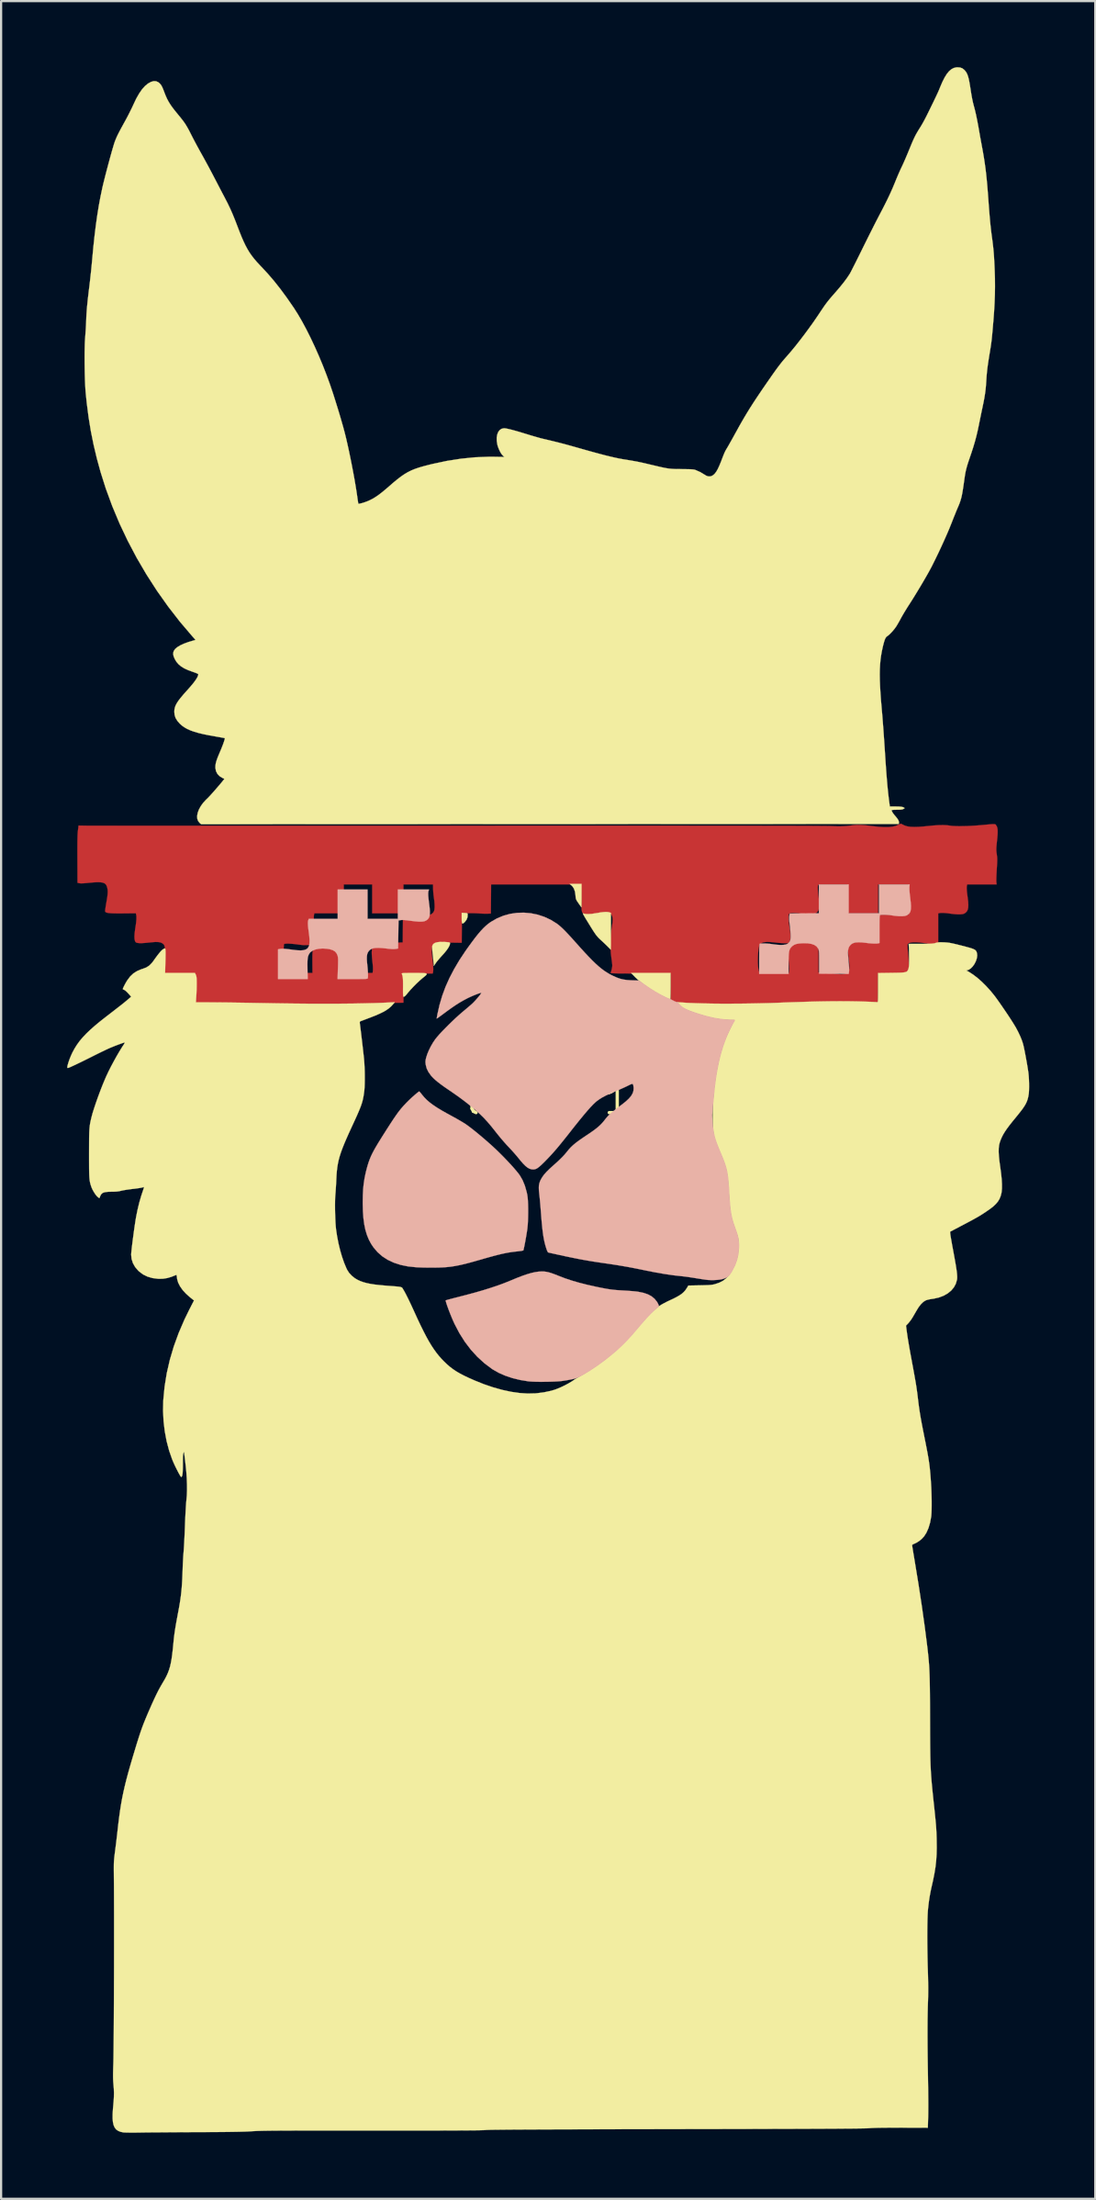
<source format=kicad_pcb>
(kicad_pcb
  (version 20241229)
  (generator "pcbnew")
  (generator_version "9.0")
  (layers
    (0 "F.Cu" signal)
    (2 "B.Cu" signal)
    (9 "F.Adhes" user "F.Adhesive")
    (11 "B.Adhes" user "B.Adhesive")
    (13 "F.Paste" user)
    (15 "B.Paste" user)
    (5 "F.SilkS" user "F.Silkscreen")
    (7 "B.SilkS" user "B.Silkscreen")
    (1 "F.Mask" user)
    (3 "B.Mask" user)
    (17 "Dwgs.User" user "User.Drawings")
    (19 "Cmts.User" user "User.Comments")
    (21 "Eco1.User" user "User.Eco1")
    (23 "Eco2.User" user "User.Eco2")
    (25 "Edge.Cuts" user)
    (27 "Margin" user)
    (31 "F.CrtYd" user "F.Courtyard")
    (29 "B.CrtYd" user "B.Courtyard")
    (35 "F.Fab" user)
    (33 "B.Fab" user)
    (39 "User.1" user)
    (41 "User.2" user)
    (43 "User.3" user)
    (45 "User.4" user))
  (footprint "llama 1"
    (layer "F.Cu")
    (at 21.828 46.868)
    (property "Reference" "llama 1" (at 0 0 0) (layer "F.SilkS") (effects (font (size 1.27 1.27) (thickness 0.15))))
    (attr through_hole)
    (fp_poly (pts (xy 16.05 -12.521) (xy 16.101 -12.496) (xy 16.119 -12.485) (xy 16.215 -12.441) (xy 16.331 -12.409) (xy 16.472 -12.391) (xy 16.641 -12.385) (xy 16.841 -12.391) (xy 17.076 -12.409) (xy 17.24 -12.426) (xy 17.496 -12.451) (xy 17.728 -12.466) (xy 17.932 -12.47) (xy 18.105 -12.464) (xy 18.241 -12.447) (xy 18.246 -12.446) (xy 18.344 -12.433) (xy 18.478 -12.425) (xy 18.641 -12.421) (xy 18.828 -12.422) (xy 19.031 -12.427) (xy 19.245 -12.437) (xy 19.464 -12.451) (xy 19.622 -12.464) (xy 19.809 -12.481) (xy 19.959 -12.495) (xy 20.075 -12.505) (xy 20.163 -12.511) (xy 20.228 -12.513) (xy 20.272 -12.511) (xy 20.302 -12.506) (xy 20.321 -12.496) (xy 20.334 -12.482) (xy 20.346 -12.464) (xy 20.355 -12.45) (xy 20.383 -12.398) (xy 20.403 -12.336) (xy 20.414 -12.258) (xy 20.416 -12.158) (xy 20.411 -12.031) (xy 20.398 -11.872) (xy 20.386 -11.758) (xy 20.371 -11.614) (xy 20.361 -11.503) (xy 20.356 -11.417) (xy 20.355 -11.345) (xy 20.358 -11.28) (xy 20.365 -11.212) (xy 20.375 -11.147) (xy 20.385 -11.072) (xy 20.392 -11.003) (xy 20.395 -10.93) (xy 20.395 -10.846) (xy 20.391 -10.743) (xy 20.384 -10.612) (xy 20.375 -10.47) (xy 20.367 -10.326) (xy 20.36 -10.189) (xy 20.356 -10.068) (xy 20.354 -9.97) (xy 20.355 -9.904) (xy 20.356 -9.89) (xy 20.368 -9.779) (xy 19.034 -9.779) (xy 19.021 -9.731) (xy 19.012 -9.681) (xy 19.009 -9.617) (xy 19.013 -9.532) (xy 19.023 -9.421) (xy 19.041 -9.277) (xy 19.053 -9.186) (xy 19.076 -8.999) (xy 19.084 -8.847) (xy 19.078 -8.725) (xy 19.057 -8.63) (xy 19.018 -8.555) (xy 18.961 -8.495) (xy 18.891 -8.45) (xy 18.824 -8.43) (xy 18.723 -8.42) (xy 18.593 -8.42) (xy 18.442 -8.43) (xy 18.275 -8.451) (xy 18.251 -8.454) (xy 18.084 -8.476) (xy 17.941 -8.486) (xy 17.829 -8.485) (xy 17.764 -8.474) (xy 17.716 -8.462) (xy 17.716 -7.136) (xy 17.602 -7.103) (xy 17.535 -7.085) (xy 17.474 -7.075) (xy 17.411 -7.072) (xy 17.334 -7.077) (xy 17.236 -7.091) (xy 17.106 -7.112) (xy 17.094 -7.114) (xy 16.899 -7.142) (xy 16.726 -7.155) (xy 16.58 -7.155) (xy 16.463 -7.14) (xy 16.379 -7.111) (xy 16.332 -7.069) (xy 16.327 -7.058) (xy 16.324 -7.026) (xy 16.326 -6.96) (xy 16.331 -6.866) (xy 16.339 -6.754) (xy 16.348 -6.649) (xy 16.367 -6.43) (xy 16.378 -6.25) (xy 16.381 -6.105) (xy 16.376 -5.993) (xy 16.363 -5.91) (xy 16.355 -5.884) (xy 16.339 -5.846) (xy 16.316 -5.815) (xy 16.281 -5.792) (xy 16.231 -5.774) (xy 16.159 -5.761) (xy 16.063 -5.753) (xy 15.936 -5.747) (xy 15.776 -5.744) (xy 15.642 -5.743) (xy 15.494 -5.742) (xy 15.357 -5.741) (xy 15.237 -5.74) (xy 15.142 -5.739) (xy 15.077 -5.738) (xy 15.055 -5.738) (xy 14.986 -5.736) (xy 14.986 -4.413) (xy 14.706 -4.431) (xy 14.569 -4.438) (xy 14.394 -4.444) (xy 14.187 -4.448) (xy 13.95 -4.45) (xy 13.688 -4.451) (xy 13.407 -4.451) (xy 13.11 -4.45) (xy 12.802 -4.448) (xy 12.487 -4.444) (xy 12.17 -4.439) (xy 11.856 -4.433) (xy 11.548 -4.426) (xy 11.251 -4.417) (xy 10.97 -4.408) (xy 10.858 -4.404) (xy 10.492 -4.39) (xy 10.117 -4.379) (xy 9.738 -4.368) (xy 9.36 -4.36) (xy 8.986 -4.353) (xy 8.622 -4.348) (xy 8.271 -4.344) (xy 7.939 -4.342) (xy 7.628 -4.343) (xy 7.345 -4.345) (xy 7.092 -4.349) (xy 6.875 -4.355) (xy 6.773 -4.359) (xy 6.543 -4.37) (xy 6.351 -4.38) (xy 6.192 -4.39) (xy 6.063 -4.399) (xy 5.96 -4.41) (xy 5.877 -4.421) (xy 5.811 -4.433) (xy 5.758 -4.447) (xy 5.713 -4.464) (xy 5.679 -4.48) (xy 5.567 -4.537) (xy 5.567 -5.736) (xy 4.199 -5.736) (xy 3.925 -5.736) (xy 3.69 -5.736) (xy 3.491 -5.737) (xy 3.326 -5.738) (xy 3.191 -5.739) (xy 3.083 -5.74) (xy 3 -5.743) (xy 2.939 -5.745) (xy 2.895 -5.749) (xy 2.868 -5.753) (xy 2.852 -5.758) (xy 2.846 -5.765) (xy 2.847 -5.772) (xy 2.848 -5.773) (xy 2.874 -5.85) (xy 2.898 -5.943) (xy 2.915 -6.033) (xy 2.921 -6.095) (xy 2.918 -6.144) (xy 2.909 -6.224) (xy 2.896 -6.325) (xy 2.89 -6.373) (xy 9.527 -6.373) (xy 9.528 -6.218) (xy 9.535 -6.075) (xy 9.547 -5.954) (xy 9.566 -5.864) (xy 9.57 -5.853) (xy 9.599 -5.768) (xy 10.27 -5.762) (xy 10.94 -5.757) (xy 10.955 -5.873) (xy 10.958 -5.952) (xy 10.953 -6.07) (xy 10.939 -6.223) (xy 10.922 -6.372) (xy 10.9 -6.588) (xy 10.893 -6.766) (xy 10.903 -6.91) (xy 10.933 -7.021) (xy 10.986 -7.102) (xy 11.065 -7.157) (xy 11.173 -7.187) (xy 11.312 -7.196) (xy 11.485 -7.186) (xy 11.694 -7.159) (xy 11.742 -7.152) (xy 11.907 -7.13) (xy 12.036 -7.119) (xy 12.137 -7.121) (xy 12.213 -7.135) (xy 12.24 -7.144) (xy 12.25 -7.146) (xy 12.258 -7.14) (xy 12.264 -7.122) (xy 12.269 -7.087) (xy 12.272 -7.033) (xy 12.275 -6.953) (xy 12.276 -6.845) (xy 12.276 -6.705) (xy 12.277 -6.527) (xy 12.277 -6.471) (xy 12.277 -5.783) (xy 12.441 -5.791) (xy 12.562 -5.791) (xy 12.707 -5.778) (xy 12.883 -5.751) (xy 12.89 -5.75) (xy 13.07 -5.72) (xy 13.214 -5.703) (xy 13.33 -5.697) (xy 13.423 -5.703) (xy 13.487 -5.716) (xy 13.576 -5.761) (xy 13.643 -5.839) (xy 13.682 -5.94) (xy 13.686 -5.961) (xy 13.689 -6.027) (xy 13.684 -6.129) (xy 13.673 -6.262) (xy 13.654 -6.423) (xy 13.653 -6.431) (xy 13.633 -6.614) (xy 13.622 -6.759) (xy 13.62 -6.871) (xy 13.629 -6.952) (xy 13.647 -7.007) (xy 13.658 -7.024) (xy 13.712 -7.066) (xy 13.798 -7.106) (xy 13.903 -7.14) (xy 13.971 -7.155) (xy 14.039 -7.164) (xy 14.117 -7.168) (xy 14.215 -7.167) (xy 14.339 -7.162) (xy 14.468 -7.153) (xy 14.594 -7.145) (xy 14.71 -7.14) (xy 14.808 -7.138) (xy 14.879 -7.139) (xy 14.908 -7.142) (xy 14.986 -7.156) (xy 14.986 -8.403) (xy 16.362 -8.403) (xy 16.362 -9.779) (xy 14.986 -9.779) (xy 14.986 -8.467) (xy 13.589 -8.467) (xy 13.589 -9.779) (xy 12.934 -9.779) (xy 12.735 -9.779) (xy 12.575 -9.777) (xy 12.451 -9.774) (xy 12.361 -9.77) (xy 12.302 -9.765) (xy 12.27 -9.758) (xy 12.264 -9.754) (xy 12.254 -9.714) (xy 12.25 -9.641) (xy 12.252 -9.543) (xy 12.259 -9.429) (xy 12.271 -9.307) (xy 12.286 -9.192) (xy 12.31 -8.994) (xy 12.318 -8.831) (xy 12.306 -8.7) (xy 12.276 -8.598) (xy 12.226 -8.521) (xy 12.156 -8.466) (xy 12.139 -8.457) (xy 12.05 -8.43) (xy 11.924 -8.419) (xy 11.765 -8.422) (xy 11.575 -8.441) (xy 11.478 -8.454) (xy 11.297 -8.478) (xy 11.154 -8.488) (xy 11.048 -8.483) (xy 10.975 -8.464) (xy 10.936 -8.43) (xy 10.93 -8.417) (xy 10.919 -8.349) (xy 10.918 -8.248) (xy 10.925 -8.123) (xy 10.94 -7.983) (xy 10.962 -7.837) (xy 10.963 -7.833) (xy 10.991 -7.651) (xy 11.004 -7.49) (xy 11.005 -7.352) (xy 10.992 -7.243) (xy 10.966 -7.166) (xy 10.927 -7.125) (xy 10.919 -7.122) (xy 10.859 -7.112) (xy 10.766 -7.109) (xy 10.645 -7.112) (xy 10.507 -7.121) (xy 10.358 -7.135) (xy 10.277 -7.145) (xy 10.077 -7.164) (xy 9.913 -7.166) (xy 9.785 -7.15) (xy 9.689 -7.116) (xy 9.625 -7.063) (xy 9.598 -7.018) (xy 9.575 -6.937) (xy 9.556 -6.823) (xy 9.541 -6.685) (xy 9.532 -6.532) (xy 9.527 -6.373) (xy 2.89 -6.373) (xy 2.881 -6.436) (xy 2.879 -6.452) (xy 2.855 -6.656) (xy 2.84 -6.877) (xy 2.835 -7.103) (xy 2.839 -7.324) (xy 2.853 -7.526) (xy 2.876 -7.7) (xy 2.877 -7.706) (xy 2.909 -7.897) (xy 2.929 -8.053) (xy 2.936 -8.178) (xy 2.929 -8.277) (xy 2.909 -8.353) (xy 2.876 -8.414) (xy 2.846 -8.446) (xy 2.792 -8.481) (xy 2.714 -8.501) (xy 2.611 -8.506) (xy 2.476 -8.496) (xy 2.308 -8.472) (xy 2.23 -8.458) (xy 2.058 -8.429) (xy 1.921 -8.411) (xy 1.813 -8.405) (xy 1.728 -8.41) (xy 1.66 -8.426) (xy 1.643 -8.433) (xy 1.609 -8.449) (xy 1.582 -8.471) (xy 1.56 -8.501) (xy 1.544 -8.546) (xy 1.532 -8.61) (xy 1.523 -8.696) (xy 1.517 -8.81) (xy 1.512 -8.956) (xy 1.509 -9.138) (xy 1.508 -9.192) (xy 1.499 -9.779) (xy -2.582 -9.779) (xy -2.587 -9.118) (xy -2.593 -8.456) (xy -2.738 -8.45) (xy -2.82 -8.449) (xy -2.928 -8.451) (xy -3.048 -8.456) (xy -3.14 -8.462) (xy -3.275 -8.469) (xy -3.429 -8.473) (xy -3.579 -8.473) (xy -3.659 -8.472) (xy -3.92 -8.462) (xy -3.914 -8.332) (xy -3.913 -8.274) (xy -3.912 -8.182) (xy -3.911 -8.063) (xy -3.911 -7.924) (xy -3.911 -7.773) (xy -3.912 -7.666) (xy -3.916 -7.129) (xy -4.482 -7.137) (xy -4.654 -7.139) (xy -4.788 -7.139) (xy -4.891 -7.139) (xy -4.968 -7.137) (xy -5.024 -7.132) (xy -5.064 -7.126) (xy -5.093 -7.117) (xy -5.117 -7.106) (xy -5.118 -7.106) (xy -5.185 -7.058) (xy -5.233 -6.996) (xy -5.264 -6.913) (xy -5.278 -6.807) (xy -5.277 -6.671) (xy -5.262 -6.502) (xy -5.25 -6.414) (xy -5.227 -6.225) (xy -5.212 -6.061) (xy -5.208 -5.926) (xy -5.213 -5.825) (xy -5.22 -5.784) (xy -5.233 -5.736) (xy -6.609 -5.736) (xy -6.593 -5.678) (xy -6.578 -5.605) (xy -6.567 -5.508) (xy -6.56 -5.384) (xy -6.556 -5.228) (xy -6.556 -5.036) (xy -6.557 -4.877) (xy -6.563 -4.409) (xy -6.864 -4.407) (xy -6.99 -4.405) (xy -7.143 -4.4) (xy -7.309 -4.394) (xy -7.472 -4.386) (xy -7.567 -4.381) (xy -7.683 -4.376) (xy -7.837 -4.371) (xy -8.027 -4.367) (xy -8.248 -4.363) (xy -8.496 -4.359) (xy -8.769 -4.357) (xy -9.061 -4.354) (xy -9.371 -4.352) (xy -9.693 -4.351) (xy -10.025 -4.35) (xy -10.363 -4.35) (xy -10.702 -4.351) (xy -11.04 -4.352) (xy -11.373 -4.353) (xy -11.696 -4.355) (xy -12.007 -4.358) (xy -12.302 -4.361) (xy -12.577 -4.365) (xy -12.828 -4.369) (xy -12.912 -4.371) (xy -13.177 -4.376) (xy -13.459 -4.381) (xy -13.749 -4.386) (xy -14.04 -4.39) (xy -14.323 -4.394) (xy -14.59 -4.397) (xy -14.833 -4.399) (xy -15.044 -4.4) (xy -15.099 -4.401) (xy -16.006 -4.403) (xy -15.988 -4.673) (xy -15.981 -4.798) (xy -15.976 -4.949) (xy -15.972 -5.106) (xy -15.97 -5.252) (xy -15.97 -5.271) (xy -15.971 -5.402) (xy -15.974 -5.498) (xy -15.979 -5.567) (xy -15.988 -5.616) (xy -16.001 -5.653) (xy -16.008 -5.667) (xy -16.045 -5.736) (xy -17.404 -5.736) (xy -17.389 -6.222) (xy -17.385 -6.372) (xy -17.384 -6.411) (xy -12.002 -6.411) (xy -12.002 -5.757) (xy -10.691 -5.757) (xy -10.695 -6.239) (xy -10.696 -6.413) (xy -10.695 -6.551) (xy -10.69 -6.659) (xy -10.682 -6.742) (xy -10.668 -6.806) (xy -10.648 -6.858) (xy -10.62 -6.903) (xy -10.585 -6.948) (xy -10.578 -6.956) (xy -10.472 -7.045) (xy -10.334 -7.107) (xy -10.163 -7.144) (xy -9.981 -7.154) (xy -9.781 -7.143) (xy -9.616 -7.111) (xy -9.484 -7.055) (xy -9.384 -6.977) (xy -9.313 -6.874) (xy -9.303 -6.851) (xy -9.288 -6.792) (xy -9.278 -6.7) (xy -9.271 -6.582) (xy -9.268 -6.448) (xy -9.27 -6.304) (xy -9.276 -6.16) (xy -9.284 -6.062) (xy -9.289 -5.973) (xy -9.289 -5.89) (xy -9.283 -5.833) (xy -9.269 -5.757) (xy -7.962 -5.757) (xy -7.948 -5.868) (xy -7.945 -5.937) (xy -7.948 -6.035) (xy -7.957 -6.151) (xy -7.968 -6.248) (xy -7.981 -6.371) (xy -7.992 -6.499) (xy -7.999 -6.615) (xy -8.001 -6.692) (xy -7.991 -6.835) (xy -7.962 -6.951) (xy -7.91 -7.042) (xy -7.834 -7.109) (xy -7.729 -7.154) (xy -7.595 -7.178) (xy -7.428 -7.182) (xy -7.225 -7.168) (xy -7.123 -7.156) (xy -7.009 -7.145) (xy -6.89 -7.138) (xy -6.784 -7.136) (xy -6.752 -7.137) (xy -6.593 -7.144) (xy -6.588 -7.774) (xy -6.582 -8.404) (xy -6.528 -8.425) (xy -6.458 -8.44) (xy -6.354 -8.444) (xy -6.216 -8.436) (xy -6.04 -8.416) (xy -5.948 -8.403) (xy -5.833 -8.387) (xy -5.725 -8.374) (xy -5.634 -8.365) (xy -5.572 -8.361) (xy -5.567 -8.361) (xy -5.421 -8.376) (xy -5.304 -8.419) (xy -5.218 -8.491) (xy -5.173 -8.567) (xy -5.154 -8.641) (xy -5.145 -8.747) (xy -5.147 -8.877) (xy -5.158 -9.021) (xy -5.178 -9.165) (xy -5.194 -9.285) (xy -5.207 -9.422) (xy -5.214 -9.549) (xy -5.215 -9.573) (xy -5.217 -9.779) (xy -6.562 -9.779) (xy -6.562 -8.467) (xy -7.98 -8.467) (xy -7.98 -9.779) (xy -9.271 -9.779) (xy -9.271 -8.467) (xy -10.604 -8.467) (xy -10.62 -8.408) (xy -10.63 -8.336) (xy -10.632 -8.23) (xy -10.625 -8.098) (xy -10.611 -7.95) (xy -10.595 -7.837) (xy -10.57 -7.63) (xy -10.563 -7.455) (xy -10.573 -7.313) (xy -10.602 -7.207) (xy -10.604 -7.201) (xy -10.653 -7.128) (xy -10.726 -7.074) (xy -10.826 -7.039) (xy -10.956 -7.023) (xy -11.117 -7.025) (xy -11.314 -7.045) (xy -11.403 -7.058) (xy -11.524 -7.073) (xy -11.648 -7.084) (xy -11.765 -7.09) (xy -11.865 -7.09) (xy -11.939 -7.085) (xy -11.968 -7.078) (xy -11.978 -7.07) (xy -11.985 -7.053) (xy -11.991 -7.02) (xy -11.995 -6.97) (xy -11.998 -6.895) (xy -12 -6.794) (xy -12.001 -6.66) (xy -12.001 -6.491) (xy -12.002 -6.411) (xy -17.384 -6.411) (xy -17.383 -6.518) (xy -17.383 -6.65) (xy -17.384 -6.761) (xy -17.387 -6.841) (xy -17.389 -6.862) (xy -17.4 -6.947) (xy -17.414 -7.003) (xy -17.438 -7.043) (xy -17.466 -7.073) (xy -17.528 -7.118) (xy -17.605 -7.148) (xy -17.703 -7.163) (xy -17.827 -7.165) (xy -17.984 -7.153) (xy -18.053 -7.146) (xy -18.254 -7.125) (xy -18.417 -7.114) (xy -18.544 -7.113) (xy -18.637 -7.122) (xy -18.698 -7.142) (xy -18.714 -7.152) (xy -18.749 -7.206) (xy -18.769 -7.298) (xy -18.774 -7.425) (xy -18.763 -7.585) (xy -18.738 -7.778) (xy -18.732 -7.814) (xy -18.701 -8.022) (xy -18.684 -8.192) (xy -18.683 -8.322) (xy -18.696 -8.409) (xy -18.712 -8.468) (xy -19.289 -8.462) (xy -19.503 -8.461) (xy -19.678 -8.463) (xy -19.818 -8.468) (xy -19.926 -8.477) (xy -20.005 -8.49) (xy -20.059 -8.507) (xy -20.092 -8.529) (xy -20.103 -8.546) (xy -20.104 -8.578) (xy -20.098 -8.643) (xy -20.086 -8.733) (xy -20.069 -8.84) (xy -20.059 -8.899) (xy -20.029 -9.072) (xy -20.007 -9.21) (xy -19.993 -9.32) (xy -19.987 -9.409) (xy -19.987 -9.482) (xy -19.993 -9.547) (xy -20.002 -9.594) (xy -20.023 -9.678) (xy -20.052 -9.745) (xy -20.093 -9.797) (xy -20.149 -9.836) (xy -20.224 -9.861) (xy -20.323 -9.875) (xy -20.449 -9.878) (xy -20.606 -9.871) (xy -20.798 -9.855) (xy -20.948 -9.84) (xy -21.1 -9.827) (xy -21.212 -9.825) (xy -21.282 -9.833) (xy -21.359 -9.853) (xy -21.363 -10.933) (xy -21.364 -11.203) (xy -21.364 -11.434) (xy -21.363 -11.63) (xy -21.361 -11.794) (xy -21.358 -11.93) (xy -21.354 -12.042) (xy -21.349 -12.132) (xy -21.342 -12.204) (xy -21.339 -12.231) (xy -21.31 -12.45) (xy -20.905 -12.443) (xy -20.863 -12.443) (xy -20.78 -12.443) (xy -20.657 -12.443) (xy -20.495 -12.442) (xy -20.294 -12.442) (xy -20.057 -12.442) (xy -19.783 -12.442) (xy -19.474 -12.441) (xy -19.132 -12.441) (xy -18.756 -12.441) (xy -18.349 -12.441) (xy -17.911 -12.441) (xy -17.443 -12.441) (xy -16.947 -12.441) (xy -16.423 -12.441) (xy -15.872 -12.441) (xy -15.296 -12.441) (xy -14.695 -12.441) (xy -14.071 -12.441) (xy -13.424 -12.441) (xy -12.756 -12.441) (xy -12.068 -12.441) (xy -11.361 -12.441) (xy -10.635 -12.441) (xy -9.892 -12.441) (xy -9.133 -12.441) (xy -8.359 -12.442) (xy -7.571 -12.442) (xy -6.77 -12.442) (xy -5.958 -12.442) (xy -5.134 -12.442) (xy -4.301 -12.443) (xy -4.032 -12.443) (xy -2.91 -12.443) (xy -1.83 -12.444) (xy -0.792 -12.444) (xy 0.205 -12.444) (xy 1.162 -12.444) (xy 2.077 -12.444) (xy 2.953 -12.444) (xy 3.789 -12.444) (xy 4.585 -12.444) (xy 5.343 -12.444) (xy 6.061 -12.444) (xy 6.742 -12.443) (xy 7.384 -12.443) (xy 7.989 -12.443) (xy 8.557 -12.442) (xy 9.087 -12.441) (xy 9.581 -12.441) (xy 10.04 -12.44) (xy 10.462 -12.439) (xy 10.849 -12.439) (xy 11.201 -12.438) (xy 11.518 -12.437) (xy 11.801 -12.436) (xy 12.05 -12.435) (xy 12.265 -12.433) (xy 12.447 -12.432) (xy 12.596 -12.431) (xy 12.713 -12.429) (xy 12.798 -12.428) (xy 12.851 -12.426) (xy 12.859 -12.426) (xy 13.024 -12.418) (xy 13.165 -12.414) (xy 13.294 -12.415) (xy 13.422 -12.42) (xy 13.56 -12.43) (xy 13.717 -12.446) (xy 13.895 -12.467) (xy 14.031 -12.477) (xy 14.19 -12.476) (xy 14.378 -12.464) (xy 14.6 -12.441) (xy 14.732 -12.424) (xy 15.011 -12.393) (xy 15.252 -12.378) (xy 15.46 -12.379) (xy 15.635 -12.397) (xy 15.779 -12.431) (xy 15.865 -12.466) (xy 15.935 -12.499) (xy 15.99 -12.522) (xy 16.019 -12.531) (xy 16.019 -12.531) (xy 16.05 -12.521)) (stroke (width 0.01) (type solid)) (fill yes) (layer "F.Cu"))
    (fp_poly (pts (xy 1.111 -9.713) (xy 1.177 -9.63) (xy 1.222 -9.544) (xy 1.25 -9.443) (xy 1.267 -9.314) (xy 1.269 -9.29) (xy 1.277 -9.207) (xy 1.286 -9.146) (xy 1.304 -9.094) (xy 1.334 -9.04) (xy 1.382 -8.969) (xy 1.406 -8.934) (xy 1.471 -8.837) (xy 1.513 -8.761) (xy 1.535 -8.697) (xy 1.54 -8.664) (xy 1.56 -8.582) (xy 1.603 -8.474) (xy 1.672 -8.338) (xy 1.766 -8.173) (xy 1.886 -7.978) (xy 1.928 -7.911) (xy 1.997 -7.802) (xy 2.063 -7.699) (xy 2.119 -7.61) (xy 2.162 -7.542) (xy 2.18 -7.512) (xy 2.219 -7.46) (xy 2.28 -7.392) (xy 2.355 -7.317) (xy 2.402 -7.273) (xy 2.493 -7.191) (xy 2.591 -7.1) (xy 2.68 -7.015) (xy 2.711 -6.985) (xy 2.85 -6.847) (xy 2.899 -6.456) (xy 2.917 -6.309) (xy 2.929 -6.195) (xy 2.934 -6.106) (xy 2.933 -6.032) (xy 2.926 -5.966) (xy 2.912 -5.897) (xy 2.891 -5.817) (xy 2.887 -5.805) (xy 2.874 -5.757) (xy 3.806 -5.757) (xy 3.956 -5.595) (xy 4.018 -5.526) (xy 4.068 -5.468) (xy 4.099 -5.428) (xy 4.106 -5.415) (xy 4.087 -5.405) (xy 4.033 -5.399) (xy 3.954 -5.397) (xy 3.856 -5.398) (xy 3.75 -5.403) (xy 3.642 -5.411) (xy 3.54 -5.421) (xy 3.454 -5.435) (xy 3.439 -5.437) (xy 3.274 -5.477) (xy 3.115 -5.528) (xy 2.96 -5.591) (xy 2.806 -5.669) (xy 2.65 -5.765) (xy 2.49 -5.881) (xy 2.321 -6.018) (xy 2.142 -6.179) (xy 1.949 -6.366) (xy 1.74 -6.581) (xy 1.511 -6.827) (xy 1.301 -7.059) (xy 1.138 -7.241) (xy 0.999 -7.395) (xy 0.88 -7.523) (xy 0.779 -7.63) (xy 0.691 -7.719) (xy 0.614 -7.793) (xy 0.543 -7.857) (xy 0.475 -7.912) (xy 0.407 -7.964) (xy 0.404 -7.967) (xy 0.13 -8.142) (xy -0.16 -8.281) (xy -0.463 -8.383) (xy -0.775 -8.449) (xy -1.092 -8.476) (xy -1.409 -8.466) (xy -1.723 -8.417) (xy -2.029 -8.329) (xy -2.273 -8.227) (xy -2.44 -8.14) (xy -2.591 -8.048) (xy -2.732 -7.945) (xy -2.867 -7.825) (xy -3.004 -7.684) (xy -3.148 -7.517) (xy -3.305 -7.318) (xy -3.325 -7.291) (xy -3.625 -6.882) (xy -3.891 -6.493) (xy -4.126 -6.119) (xy -4.33 -5.757) (xy -4.507 -5.404) (xy -4.657 -5.056) (xy -4.783 -4.71) (xy -4.866 -4.441) (xy -4.896 -4.329) (xy -4.925 -4.21) (xy -4.953 -4.091) (xy -4.977 -3.98) (xy -4.996 -3.883) (xy -5.008 -3.809) (xy -5.012 -3.764) (xy -5.011 -3.755) (xy -4.991 -3.763) (xy -4.944 -3.793) (xy -4.875 -3.841) (xy -4.791 -3.902) (xy -4.738 -3.942) (xy -4.42 -4.174) (xy -4.121 -4.372) (xy -3.839 -4.54) (xy -3.568 -4.679) (xy -3.334 -4.78) (xy -3.194 -4.833) (xy -3.089 -4.867) (xy -3.02 -4.884) (xy -2.987 -4.881) (xy -2.985 -4.875) (xy -2.998 -4.845) (xy -3.036 -4.79) (xy -3.09 -4.718) (xy -3.158 -4.637) (xy -3.231 -4.552) (xy -3.306 -4.471) (xy -3.329 -4.448) (xy -3.392 -4.387) (xy -3.48 -4.305) (xy -3.586 -4.21) (xy -3.701 -4.108) (xy -3.82 -4.006) (xy -3.852 -3.979) (xy -3.994 -3.856) (xy -4.146 -3.719) (xy -4.303 -3.572) (xy -4.46 -3.42) (xy -4.613 -3.269) (xy -4.755 -3.123) (xy -4.882 -2.989) (xy -4.988 -2.87) (xy -5.069 -2.773) (xy -5.085 -2.752) (xy -5.228 -2.542) (xy -5.349 -2.326) (xy -5.444 -2.114) (xy -5.51 -1.913) (xy -5.526 -1.841) (xy -5.538 -1.674) (xy -5.508 -1.504) (xy -5.436 -1.334) (xy -5.321 -1.161) (xy -5.208 -1.031) (xy -5.143 -0.965) (xy -5.075 -0.901) (xy -4.998 -0.835) (xy -4.908 -0.764) (xy -4.8 -0.684) (xy -4.67 -0.591) (xy -4.514 -0.483) (xy -4.339 -0.365) (xy -4.029 -0.148) (xy -3.731 0.074) (xy -3.452 0.296) (xy -3.198 0.513) (xy -2.974 0.722) (xy -2.874 0.822) (xy -2.801 0.902) (xy -2.709 1.006) (xy -2.606 1.128) (xy -2.5 1.257) (xy -2.397 1.386) (xy -2.372 1.418) (xy -2.266 1.551) (xy -2.149 1.692) (xy -2.03 1.831) (xy -1.918 1.957) (xy -1.822 2.062) (xy -1.81 2.074) (xy -1.703 2.188) (xy -1.585 2.317) (xy -1.47 2.449) (xy -1.369 2.569) (xy -1.34 2.603) (xy -1.21 2.762) (xy -1.098 2.889) (xy -1.001 2.986) (xy -0.915 3.056) (xy -0.836 3.103) (xy -0.761 3.13) (xy -0.686 3.14) (xy -0.674 3.14) (xy -0.618 3.136) (xy -0.562 3.121) (xy -0.503 3.09) (xy -0.435 3.042) (xy -0.352 2.971) (xy -0.252 2.876) (xy -0.138 2.764) (xy -0.035 2.658) (xy 0.068 2.549) (xy 0.172 2.435) (xy 0.282 2.31) (xy 0.4 2.17) (xy 0.53 2.013) (xy 0.675 1.834) (xy 0.838 1.63) (xy 1.023 1.396) (xy 1.047 1.365) (xy 1.213 1.155) (xy 1.357 0.974) (xy 1.481 0.82) (xy 1.589 0.688) (xy 1.685 0.575) (xy 1.771 0.476) (xy 1.85 0.388) (xy 1.926 0.307) (xy 2.003 0.23) (xy 2.046 0.188) (xy 2.142 0.098) (xy 2.233 0.019) (xy 2.326 -0.05) (xy 2.426 -0.115) (xy 2.541 -0.179) (xy 2.675 -0.245) (xy 2.835 -0.316) (xy 3.027 -0.397) (xy 3.09 -0.423) (xy 3.297 -0.509) (xy 3.465 -0.583) (xy 3.599 -0.647) (xy 3.701 -0.7) (xy 3.773 -0.745) (xy 3.818 -0.769) (xy 3.849 -0.774) (xy 3.851 -0.774) (xy 3.869 -0.743) (xy 3.887 -0.683) (xy 3.9 -0.607) (xy 3.908 -0.528) (xy 3.909 -0.458) (xy 3.906 -0.437) (xy 3.883 -0.34) (xy 3.844 -0.247) (xy 3.785 -0.153) (xy 3.702 -0.055) (xy 3.594 0.051) (xy 3.455 0.168) (xy 3.283 0.301) (xy 3.241 0.333) (xy 3.084 0.451) (xy 2.957 0.55) (xy 2.856 0.635) (xy 2.775 0.71) (xy 2.708 0.779) (xy 2.652 0.847) (xy 2.63 0.877) (xy 2.551 0.982) (xy 2.472 1.076) (xy 2.387 1.164) (xy 2.29 1.251) (xy 2.176 1.342) (xy 2.039 1.442) (xy 1.874 1.555) (xy 1.778 1.619) (xy 1.598 1.739) (xy 1.448 1.841) (xy 1.325 1.93) (xy 1.221 2.011) (xy 1.134 2.087) (xy 1.056 2.163) (xy 0.984 2.243) (xy 0.911 2.332) (xy 0.849 2.413) (xy 0.795 2.482) (xy 0.736 2.55) (xy 0.666 2.623) (xy 0.58 2.706) (xy 0.473 2.804) (xy 0.34 2.923) (xy 0.304 2.954) (xy 0.134 3.106) (xy -0.006 3.239) (xy -0.118 3.357) (xy -0.205 3.464) (xy -0.273 3.566) (xy -0.324 3.666) (xy -0.362 3.769) (xy -0.374 3.814) (xy -0.391 3.886) (xy -0.4 3.948) (xy -0.4 4.015) (xy -0.392 4.1) (xy -0.385 4.163) (xy -0.377 4.237) (xy -0.366 4.346) (xy -0.353 4.483) (xy -0.339 4.64) (xy -0.325 4.81) (xy -0.31 4.985) (xy -0.306 5.038) (xy -0.283 5.32) (xy -0.262 5.564) (xy -0.241 5.775) (xy -0.22 5.959) (xy -0.198 6.119) (xy -0.175 6.261) (xy -0.15 6.389) (xy -0.122 6.508) (xy -0.091 6.623) (xy -0.082 6.657) (xy -0.043 6.778) (xy -0.008 6.86) (xy 0.024 6.907) (xy 0.055 6.921) (xy 0.055 6.921) (xy 0.083 6.926) (xy 0.147 6.938) (xy 0.242 6.958) (xy 0.363 6.983) (xy 0.505 7.013) (xy 0.662 7.047) (xy 0.758 7.068) (xy 0.973 7.115) (xy 1.154 7.154) (xy 1.309 7.187) (xy 1.446 7.214) (xy 1.572 7.239) (xy 1.694 7.261) (xy 1.821 7.282) (xy 1.961 7.304) (xy 2.12 7.328) (xy 2.306 7.355) (xy 2.455 7.377) (xy 2.721 7.416) (xy 2.954 7.45) (xy 3.161 7.483) (xy 3.351 7.514) (xy 3.532 7.545) (xy 3.712 7.578) (xy 3.901 7.615) (xy 4.105 7.656) (xy 4.334 7.703) (xy 4.339 7.704) (xy 4.639 7.765) (xy 4.905 7.817) (xy 5.143 7.86) (xy 5.36 7.896) (xy 5.561 7.925) (xy 5.754 7.949) (xy 5.946 7.97) (xy 5.948 7.97) (xy 6.1 7.986) (xy 6.275 8.008) (xy 6.453 8.033) (xy 6.616 8.058) (xy 6.657 8.065) (xy 6.914 8.106) (xy 7.133 8.137) (xy 7.32 8.156) (xy 7.478 8.165) (xy 7.61 8.163) (xy 7.651 8.16) (xy 7.803 8.138) (xy 7.95 8.101) (xy 8.079 8.053) (xy 8.141 8.02) (xy 8.198 7.989) (xy 8.222 7.983) (xy 8.213 8.005) (xy 8.172 8.053) (xy 8.159 8.067) (xy 8.049 8.168) (xy 7.927 8.251) (xy 7.789 8.318) (xy 7.631 8.369) (xy 7.448 8.406) (xy 7.236 8.43) (xy 6.99 8.443) (xy 6.794 8.445) (xy 6.382 8.445) (xy 6.331 8.541) (xy 6.291 8.602) (xy 6.23 8.676) (xy 6.16 8.749) (xy 6.144 8.764) (xy 6.096 8.808) (xy 6.044 8.848) (xy 5.984 8.888) (xy 5.909 8.933) (xy 5.814 8.984) (xy 5.692 9.047) (xy 5.538 9.123) (xy 5.528 9.128) (xy 5.397 9.193) (xy 5.279 9.252) (xy 5.178 9.301) (xy 5.101 9.34) (xy 5.053 9.364) (xy 5.038 9.371) (xy 5.024 9.357) (xy 5.002 9.314) (xy 4.989 9.285) (xy 4.926 9.173) (xy 4.832 9.062) (xy 4.719 8.961) (xy 4.6 8.884) (xy 4.502 8.838) (xy 4.4 8.799) (xy 4.288 8.767) (xy 4.16 8.741) (xy 4.011 8.72) (xy 3.834 8.702) (xy 3.624 8.687) (xy 3.493 8.679) (xy 3.298 8.668) (xy 3.132 8.656) (xy 2.985 8.643) (xy 2.847 8.626) (xy 2.708 8.605) (xy 2.557 8.579) (xy 2.384 8.545) (xy 2.194 8.506) (xy 1.825 8.425) (xy 1.492 8.344) (xy 1.189 8.26) (xy 0.909 8.173) (xy 0.646 8.08) (xy 0.394 7.979) (xy 0.374 7.97) (xy 0.199 7.901) (xy 0.049 7.853) (xy -0.088 7.824) (xy -0.221 7.812) (xy -0.268 7.811) (xy -0.409 7.817) (xy -0.558 7.836) (xy -0.72 7.871) (xy -0.9 7.921) (xy -1.102 7.989) (xy -1.33 8.076) (xy -1.591 8.183) (xy -1.596 8.185) (xy -1.853 8.29) (xy -2.117 8.391) (xy -2.393 8.488) (xy -2.687 8.584) (xy -3.004 8.681) (xy -3.347 8.779) (xy -3.724 8.88) (xy -4.102 8.978) (xy -4.63 9.111) (xy -4.539 9.376) (xy -4.359 9.852) (xy -4.156 10.292) (xy -3.931 10.697) (xy -3.682 11.07) (xy -3.409 11.41) (xy -3.194 11.639) (xy -2.933 11.883) (xy -2.675 12.089) (xy -2.416 12.262) (xy -2.148 12.405) (xy -1.867 12.522) (xy -1.781 12.552) (xy -1.539 12.627) (xy -1.306 12.686) (xy -1.073 12.729) (xy -0.832 12.759) (xy -0.573 12.776) (xy -0.288 12.781) (xy -0.064 12.778) (xy 0.158 12.772) (xy 0.349 12.763) (xy 0.519 12.749) (xy 0.68 12.731) (xy 0.843 12.706) (xy 1.018 12.674) (xy 1.101 12.658) (xy 1.192 12.64) (xy 1.265 12.628) (xy 1.313 12.622) (xy 1.327 12.623) (xy 1.315 12.638) (xy 1.274 12.671) (xy 1.21 12.716) (xy 1.13 12.769) (xy 1.04 12.826) (xy 0.948 12.882) (xy 0.86 12.933) (xy 0.783 12.975) (xy 0.774 12.98) (xy 0.426 13.131) (xy 0.063 13.243) (xy -0.314 13.316) (xy -0.706 13.348) (xy -1.113 13.341) (xy -1.224 13.333) (xy -1.584 13.287) (xy -1.966 13.211) (xy -2.363 13.107) (xy -2.77 12.977) (xy -3.179 12.823) (xy -3.334 12.758) (xy -3.592 12.644) (xy -3.815 12.538) (xy -4.01 12.436) (xy -4.181 12.335) (xy -4.336 12.23) (xy -4.48 12.119) (xy -4.618 11.997) (xy -4.721 11.897) (xy -4.862 11.75) (xy -4.994 11.599) (xy -5.119 11.442) (xy -5.239 11.274) (xy -5.357 11.089) (xy -5.477 10.885) (xy -5.6 10.657) (xy -5.728 10.401) (xy -5.866 10.112) (xy -5.98 9.864) (xy -6.081 9.642) (xy -6.18 9.429) (xy -6.275 9.229) (xy -6.363 9.047) (xy -6.441 8.888) (xy -6.508 8.756) (xy -6.562 8.656) (xy -6.58 8.623) (xy -6.599 8.591) (xy -6.614 8.565) (xy -6.632 8.545) (xy -6.657 8.529) (xy -6.693 8.516) (xy -6.745 8.505) (xy -6.819 8.496) (xy -6.917 8.486) (xy -7.046 8.476) (xy -7.21 8.464) (xy -7.324 8.455) (xy -7.618 8.43) (xy -7.874 8.4) (xy -8.096 8.365) (xy -8.288 8.324) (xy -8.454 8.275) (xy -8.599 8.217) (xy -8.726 8.149) (xy -8.839 8.069) (xy -8.919 8) (xy -8.998 7.919) (xy -9.067 7.83) (xy -9.13 7.724) (xy -9.193 7.596) (xy -9.258 7.438) (xy -9.289 7.355) (xy -9.409 7) (xy -9.506 6.638) (xy -9.582 6.262) (xy -9.639 5.863) (xy -9.673 5.516) (xy -9.685 5.338) (xy -9.691 5.171) (xy -9.692 5.005) (xy -9.687 4.829) (xy -9.677 4.636) (xy -8.39 4.636) (xy -8.384 4.988) (xy -8.364 5.303) (xy -8.332 5.584) (xy -8.285 5.833) (xy -8.225 6.053) (xy -8.22 6.069) (xy -8.105 6.35) (xy -7.957 6.605) (xy -7.776 6.834) (xy -7.565 7.034) (xy -7.325 7.205) (xy -7.057 7.345) (xy -6.763 7.453) (xy -6.742 7.46) (xy -6.659 7.48) (xy -6.543 7.503) (xy -6.403 7.527) (xy -6.246 7.552) (xy -6.083 7.576) (xy -5.921 7.597) (xy -5.77 7.614) (xy -5.638 7.627) (xy -5.63 7.627) (xy -5.505 7.633) (xy -5.35 7.632) (xy -5.175 7.627) (xy -4.991 7.618) (xy -4.809 7.604) (xy -4.642 7.587) (xy -4.56 7.577) (xy -4.252 7.529) (xy -3.962 7.472) (xy -3.672 7.403) (xy -3.429 7.336) (xy -3.295 7.298) (xy -3.136 7.252) (xy -2.966 7.204) (xy -2.801 7.156) (xy -2.699 7.127) (xy -2.397 7.044) (xy -2.128 6.978) (xy -1.887 6.927) (xy -1.669 6.891) (xy -1.566 6.879) (xy -1.46 6.867) (xy -1.357 6.855) (xy -1.273 6.844) (xy -1.238 6.84) (xy -1.132 6.826) (xy -1.066 6.492) (xy -1.02 6.256) (xy -0.985 6.048) (xy -0.959 5.858) (xy -0.941 5.674) (xy -0.929 5.484) (xy -0.923 5.276) (xy -0.922 5.039) (xy -0.922 5.038) (xy -0.922 4.868) (xy -0.924 4.733) (xy -0.927 4.625) (xy -0.931 4.537) (xy -0.938 4.461) (xy -0.949 4.39) (xy -0.962 4.317) (xy -0.977 4.244) (xy -1.048 3.969) (xy -1.136 3.732) (xy -1.24 3.532) (xy -1.255 3.508) (xy -1.34 3.387) (xy -1.453 3.244) (xy -1.59 3.083) (xy -1.747 2.908) (xy -1.919 2.725) (xy -2.102 2.538) (xy -2.292 2.351) (xy -2.483 2.17) (xy -2.637 2.03) (xy -2.856 1.835) (xy -3.051 1.667) (xy -3.226 1.52) (xy -3.387 1.39) (xy -3.539 1.274) (xy -3.689 1.168) (xy -3.841 1.068) (xy -4.001 0.969) (xy -4.174 0.869) (xy -4.366 0.762) (xy -4.445 0.719) (xy -4.589 0.64) (xy -4.735 0.558) (xy -4.872 0.479) (xy -4.994 0.407) (xy -5.091 0.348) (xy -5.132 0.322) (xy -5.298 0.202) (xy -5.461 0.065) (xy -5.611 -0.078) (xy -5.736 -0.217) (xy -5.758 -0.244) (xy -5.847 -0.359) (xy -5.975 -0.259) (xy -6.039 -0.205) (xy -6.123 -0.131) (xy -6.216 -0.045) (xy -6.307 0.043) (xy -6.317 0.053) (xy -6.453 0.191) (xy -6.58 0.33) (xy -6.701 0.476) (xy -6.823 0.636) (xy -6.95 0.815) (xy -7.087 1.02) (xy -7.204 1.201) (xy -7.291 1.339) (xy -7.39 1.495) (xy -7.492 1.655) (xy -7.584 1.801) (xy -7.613 1.847) (xy -7.723 2.023) (xy -7.813 2.171) (xy -7.886 2.299) (xy -7.946 2.414) (xy -7.997 2.522) (xy -8.042 2.631) (xy -8.044 2.635) (xy -8.164 2.974) (xy -8.258 3.319) (xy -8.325 3.678) (xy -8.368 4.057) (xy -8.388 4.463) (xy -8.39 4.636) (xy -9.677 4.636) (xy -9.677 4.632) (xy -9.663 4.434) (xy -9.652 4.275) (xy -9.643 4.098) (xy -9.636 3.921) (xy -9.632 3.76) (xy -9.631 3.683) (xy -9.628 3.495) (xy -9.619 3.317) (xy -9.602 3.145) (xy -9.577 2.975) (xy -9.541 2.803) (xy -9.495 2.624) (xy -9.436 2.434) (xy -9.363 2.23) (xy -9.276 2.007) (xy -9.172 1.761) (xy -9.051 1.487) (xy -8.912 1.182) (xy -8.854 1.058) (xy -8.752 0.839) (xy -8.667 0.651) (xy -8.598 0.49) (xy -8.541 0.349) (xy -8.495 0.223) (xy -8.459 0.105) (xy -8.429 -0.008) (xy -8.404 -0.125) (xy -8.383 -0.249) (xy -8.371 -0.328) (xy -8.355 -0.468) (xy -8.344 -0.64) (xy -8.337 -0.835) (xy -8.334 -1.043) (xy -8.336 -1.255) (xy -8.342 -1.461) (xy -8.352 -1.651) (xy -8.359 -1.736) (xy -8.367 -1.81) (xy -8.378 -1.92) (xy -8.394 -2.059) (xy -8.412 -2.219) (xy -8.432 -2.395) (xy -8.453 -2.58) (xy -8.475 -2.766) (xy -8.497 -2.947) (xy -8.517 -3.117) (xy -8.535 -3.269) (xy -8.551 -3.396) (xy -8.562 -3.482) (xy -8.574 -3.567) (xy -8.187 -3.712) (xy -7.959 -3.799) (xy -7.767 -3.877) (xy -7.606 -3.949) (xy -7.471 -4.017) (xy -7.357 -4.084) (xy -7.26 -4.153) (xy -7.175 -4.226) (xy -7.096 -4.306) (xy -6.988 -4.424) (xy -6.583 -4.424) (xy -6.583 -4.561) (xy -6.582 -4.636) (xy -6.576 -4.677) (xy -6.563 -4.695) (xy -6.539 -4.699) (xy -6.535 -4.699) (xy -6.481 -4.715) (xy -6.406 -4.759) (xy -6.313 -4.827) (xy -6.209 -4.913) (xy -6.098 -5.013) (xy -5.985 -5.122) (xy -5.874 -5.236) (xy -5.771 -5.349) (xy -5.679 -5.456) (xy -5.605 -5.553) (xy -5.552 -5.635) (xy -5.526 -5.697) (xy -5.524 -5.713) (xy -5.521 -5.736) (xy -5.504 -5.75) (xy -5.465 -5.756) (xy -5.394 -5.757) (xy -5.377 -5.757) (xy -5.291 -5.76) (xy -5.235 -5.775) (xy -5.204 -5.808) (xy -5.189 -5.867) (xy -5.186 -5.961) (xy -5.186 -5.974) (xy -5.182 -6.044) (xy -5.169 -6.108) (xy -5.143 -6.172) (xy -5.099 -6.242) (xy -5.036 -6.324) (xy -4.948 -6.425) (xy -4.857 -6.523) (xy -4.709 -6.688) (xy -4.597 -6.83) (xy -4.52 -6.951) (xy -4.479 -7.048) (xy -4.474 -7.074) (xy -4.461 -7.154) (xy -3.916 -7.154) (xy -3.916 -7.588) (xy -3.915 -7.737) (xy -3.914 -7.848) (xy -3.911 -7.927) (xy -3.907 -7.979) (xy -3.9 -8.008) (xy -3.891 -8.021) (xy -3.885 -8.022) (xy -3.843 -8.039) (xy -3.793 -8.084) (xy -3.743 -8.144) (xy -3.703 -8.21) (xy -3.687 -8.248) (xy -3.67 -8.324) (xy -3.662 -8.398) (xy -3.662 -8.408) (xy -3.662 -8.482) (xy -3.53 -8.492) (xy -3.449 -8.495) (xy -3.344 -8.494) (xy -3.231 -8.49) (xy -3.175 -8.486) (xy -3.057 -8.478) (xy -2.931 -8.472) (xy -2.818 -8.468) (xy -2.778 -8.468) (xy -2.603 -8.467) (xy -2.603 -9.8) (xy 1.032 -9.8) (xy 1.111 -9.713)) (stroke (width 0.01) (type solid)) (fill yes) (layer "B.Mask"))
    (fp_poly (pts (xy -3.784 -8.484) (xy -3.711 -8.479) (xy -3.671 -8.471) (xy -3.653 -8.455) (xy -3.646 -8.423) (xy -3.645 -8.41) (xy -3.653 -8.29) (xy -3.698 -8.174) (xy -3.767 -8.081) (xy -3.824 -8.028) (xy -3.864 -8.002) (xy -3.89 -8.005) (xy -3.906 -8.041) (xy -3.914 -8.113) (xy -3.916 -8.224) (xy -3.916 -8.245) (xy -3.916 -8.49) (xy -3.784 -8.484)) (stroke (width 0.01) (type solid)) (fill yes) (layer "F.SilkS"))
    (fp_poly (pts (xy 5.567 -5.154) (xy 5.566 -4.999) (xy 5.565 -4.859) (xy 5.562 -4.739) (xy 5.559 -4.644) (xy 5.556 -4.58) (xy 5.552 -4.552) (xy 5.551 -4.551) (xy 5.526 -4.56) (xy 5.472 -4.582) (xy 5.399 -4.614) (xy 5.366 -4.629) (xy 5.148 -4.735) (xy 4.923 -4.859) (xy 4.699 -4.996) (xy 4.483 -5.139) (xy 4.284 -5.284) (xy 4.11 -5.426) (xy 3.977 -5.55) (xy 3.773 -5.757) (xy 5.567 -5.757) (xy 5.567 -5.154)) (stroke (width 0.01) (type solid)) (fill yes) (layer "F.SilkS"))
    (fp_poly (pts (xy 1.524 -9.271) (xy 1.524 -9.126) (xy 1.523 -8.997) (xy 1.522 -8.888) (xy 1.521 -8.806) (xy 1.52 -8.756) (xy 1.519 -8.742) (xy 1.504 -8.758) (xy 1.48 -8.79) (xy 1.403 -8.899) (xy 1.347 -8.98) (xy 1.307 -9.042) (xy 1.282 -9.091) (xy 1.266 -9.135) (xy 1.258 -9.181) (xy 1.253 -9.238) (xy 1.249 -9.286) (xy 1.225 -9.453) (xy 1.178 -9.588) (xy 1.107 -9.694) (xy 1.059 -9.739) (xy 0.985 -9.8) (xy 1.524 -9.8) (xy 1.524 -9.271)) (stroke (width 0.01) (type solid)) (fill yes) (layer "F.SilkS"))
    (fp_poly (pts (xy -4.725 -7.167) (xy -4.683 -7.165) (xy -4.58 -7.158) (xy -4.512 -7.152) (xy -4.472 -7.144) (xy -4.452 -7.132) (xy -4.446 -7.115) (xy -4.445 -7.103) (xy -4.462 -7.025) (xy -4.511 -6.925) (xy -4.59 -6.806) (xy -4.698 -6.671) (xy -4.797 -6.561) (xy -4.883 -6.466) (xy -4.965 -6.371) (xy -5.036 -6.285) (xy -5.088 -6.217) (xy -5.101 -6.198) (xy -5.18 -6.077) (xy -5.193 -6.219) (xy -5.201 -6.295) (xy -5.211 -6.4) (xy -5.224 -6.52) (xy -5.237 -6.642) (xy -5.238 -6.651) (xy -5.251 -6.791) (xy -5.256 -6.893) (xy -5.255 -6.964) (xy -5.247 -7.005) (xy -5.206 -7.072) (xy -5.136 -7.121) (xy -5.034 -7.153) (xy -4.898 -7.168) (xy -4.725 -7.167)) (stroke (width 0.01) (type solid)) (fill yes) (layer "F.SilkS"))
    (fp_poly (pts (xy -5.89 -5.757) (xy -5.743 -5.756) (xy -5.633 -5.752) (xy -5.558 -5.744) (xy -5.516 -5.73) (xy -5.502 -5.709) (xy -5.516 -5.679) (xy -5.555 -5.639) (xy -5.616 -5.588) (xy -5.689 -5.53) (xy -5.818 -5.419) (xy -5.961 -5.286) (xy -6.106 -5.14) (xy -6.243 -4.994) (xy -6.361 -4.857) (xy -6.39 -4.821) (xy -6.454 -4.745) (xy -6.506 -4.696) (xy -6.542 -4.678) (xy -6.543 -4.678) (xy -6.556 -4.68) (xy -6.566 -4.689) (xy -6.573 -4.711) (xy -6.578 -4.751) (xy -6.58 -4.815) (xy -6.581 -4.907) (xy -6.581 -5.033) (xy -6.58 -5.117) (xy -6.58 -5.274) (xy -6.581 -5.396) (xy -6.585 -5.49) (xy -6.593 -5.564) (xy -6.604 -5.624) (xy -6.619 -5.677) (xy -6.636 -5.72) (xy -6.638 -5.731) (xy -6.632 -5.74) (xy -6.612 -5.746) (xy -6.575 -5.751) (xy -6.515 -5.754) (xy -6.429 -5.756) (xy -6.311 -5.757) (xy -6.158 -5.757) (xy -6.077 -5.757) (xy -5.89 -5.757)) (stroke (width 0.01) (type solid)) (fill yes) (layer "F.SilkS"))
    (fp_poly (pts (xy 2.729 -8.522) (xy 2.791 -8.507) (xy 2.857 -8.484) (xy 2.857 -7.65) (xy 2.857 -7.467) (xy 2.857 -7.297) (xy 2.856 -7.147) (xy 2.856 -7.019) (xy 2.855 -6.919) (xy 2.854 -6.85) (xy 2.853 -6.819) (xy 2.852 -6.817) (xy 2.836 -6.832) (xy 2.798 -6.87) (xy 2.744 -6.924) (xy 2.719 -6.949) (xy 2.649 -7.019) (xy 2.56 -7.105) (xy 2.465 -7.194) (xy 2.4 -7.253) (xy 2.347 -7.302) (xy 2.299 -7.349) (xy 2.254 -7.398) (xy 2.208 -7.452) (xy 2.16 -7.516) (xy 2.105 -7.595) (xy 2.042 -7.692) (xy 1.967 -7.811) (xy 1.877 -7.957) (xy 1.769 -8.133) (xy 1.721 -8.21) (xy 1.659 -8.315) (xy 1.617 -8.388) (xy 1.596 -8.434) (xy 1.592 -8.457) (xy 1.605 -8.462) (xy 1.625 -8.455) (xy 1.711 -8.434) (xy 1.834 -8.43) (xy 1.99 -8.441) (xy 2.176 -8.469) (xy 2.211 -8.475) (xy 2.387 -8.505) (xy 2.528 -8.523) (xy 2.641 -8.529) (xy 2.729 -8.522)) (stroke (width 0.01) (type solid)) (fill yes) (layer "F.SilkS"))
    (fp_poly (pts (xy 18.717 -46.852) (xy 18.815 -46.815) (xy 18.902 -46.746) (xy 18.926 -46.721) (xy 18.971 -46.665) (xy 19.01 -46.603) (xy 19.044 -46.529) (xy 19.075 -46.439) (xy 19.104 -46.328) (xy 19.132 -46.19) (xy 19.161 -46.021) (xy 19.193 -45.816) (xy 19.198 -45.783) (xy 19.227 -45.602) (xy 19.26 -45.424) (xy 19.295 -45.262) (xy 19.329 -45.128) (xy 19.333 -45.114) (xy 19.381 -44.933) (xy 19.432 -44.715) (xy 19.484 -44.464) (xy 19.537 -44.184) (xy 19.578 -43.951) (xy 19.596 -43.848) (xy 19.619 -43.715) (xy 19.647 -43.564) (xy 19.676 -43.406) (xy 19.704 -43.254) (xy 19.705 -43.251) (xy 19.752 -42.994) (xy 19.793 -42.751) (xy 19.829 -42.515) (xy 19.862 -42.277) (xy 19.891 -42.032) (xy 19.918 -41.772) (xy 19.944 -41.49) (xy 19.969 -41.18) (xy 19.992 -40.873) (xy 20.013 -40.583) (xy 20.033 -40.328) (xy 20.051 -40.104) (xy 20.069 -39.903) (xy 20.087 -39.719) (xy 20.106 -39.546) (xy 20.126 -39.377) (xy 20.148 -39.207) (xy 20.161 -39.116) (xy 20.185 -38.936) (xy 20.205 -38.768) (xy 20.222 -38.606) (xy 20.237 -38.44) (xy 20.25 -38.262) (xy 20.261 -38.064) (xy 20.272 -37.838) (xy 20.28 -37.653) (xy 20.292 -37.283) (xy 20.295 -36.921) (xy 20.29 -36.558) (xy 20.276 -36.183) (xy 20.254 -35.788) (xy 20.222 -35.363) (xy 20.215 -35.288) (xy 20.197 -35.071) (xy 20.181 -34.889) (xy 20.167 -34.736) (xy 20.154 -34.606) (xy 20.142 -34.491) (xy 20.129 -34.385) (xy 20.115 -34.282) (xy 20.099 -34.174) (xy 20.08 -34.056) (xy 20.058 -33.921) (xy 20.045 -33.846) (xy 20.007 -33.61) (xy 19.976 -33.405) (xy 19.951 -33.224) (xy 19.932 -33.054) (xy 19.916 -32.888) (xy 19.904 -32.715) (xy 19.897 -32.607) (xy 19.884 -32.416) (xy 19.867 -32.236) (xy 19.844 -32.058) (xy 19.814 -31.871) (xy 19.775 -31.664) (xy 19.727 -31.433) (xy 19.702 -31.314) (xy 19.671 -31.167) (xy 19.637 -31.002) (xy 19.603 -30.834) (xy 19.57 -30.673) (xy 19.568 -30.66) (xy 19.509 -30.38) (xy 19.448 -30.122) (xy 19.382 -29.874) (xy 19.307 -29.622) (xy 19.219 -29.351) (xy 19.167 -29.199) (xy 19.105 -29.017) (xy 19.055 -28.866) (xy 19.016 -28.734) (xy 18.984 -28.613) (xy 18.957 -28.494) (xy 18.934 -28.366) (xy 18.912 -28.22) (xy 18.892 -28.078) (xy 18.861 -27.859) (xy 18.833 -27.676) (xy 18.807 -27.522) (xy 18.78 -27.39) (xy 18.75 -27.273) (xy 18.717 -27.165) (xy 18.679 -27.059) (xy 18.634 -26.948) (xy 18.603 -26.878) (xy 18.571 -26.803) (xy 18.527 -26.696) (xy 18.475 -26.566) (xy 18.416 -26.421) (xy 18.356 -26.268) (xy 18.31 -26.151) (xy 18.221 -25.93) (xy 18.114 -25.679) (xy 17.994 -25.408) (xy 17.865 -25.124) (xy 17.73 -24.836) (xy 17.592 -24.551) (xy 17.456 -24.277) (xy 17.419 -24.203) (xy 17.349 -24.072) (xy 17.261 -23.912) (xy 17.157 -23.73) (xy 17.043 -23.533) (xy 16.921 -23.326) (xy 16.795 -23.117) (xy 16.67 -22.912) (xy 16.55 -22.718) (xy 16.438 -22.542) (xy 16.404 -22.49) (xy 16.32 -22.358) (xy 16.235 -22.221) (xy 16.155 -22.089) (xy 16.086 -21.971) (xy 16.034 -21.878) (xy 16.033 -21.876) (xy 15.975 -21.768) (xy 15.912 -21.656) (xy 15.854 -21.556) (xy 15.817 -21.495) (xy 15.748 -21.397) (xy 15.663 -21.293) (xy 15.573 -21.194) (xy 15.485 -21.108) (xy 15.409 -21.047) (xy 15.395 -21.038) (xy 15.357 -21.005) (xy 15.323 -20.955) (xy 15.29 -20.881) (xy 15.257 -20.778) (xy 15.22 -20.642) (xy 15.199 -20.553) (xy 15.157 -20.359) (xy 15.123 -20.165) (xy 15.096 -19.967) (xy 15.078 -19.761) (xy 15.066 -19.542) (xy 15.062 -19.307) (xy 15.066 -19.051) (xy 15.077 -18.77) (xy 15.095 -18.46) (xy 15.12 -18.117) (xy 15.153 -17.737) (xy 15.155 -17.706) (xy 15.171 -17.53) (xy 15.188 -17.321) (xy 15.206 -17.087) (xy 15.225 -16.838) (xy 15.243 -16.582) (xy 15.261 -16.329) (xy 15.277 -16.087) (xy 15.283 -16.002) (xy 15.307 -15.631) (xy 15.329 -15.298) (xy 15.35 -14.999) (xy 15.37 -14.731) (xy 15.39 -14.488) (xy 15.409 -14.268) (xy 15.429 -14.066) (xy 15.449 -13.877) (xy 15.47 -13.699) (xy 15.492 -13.526) (xy 15.507 -13.414) (xy 15.521 -13.314) (xy 15.783 -13.314) (xy 15.927 -13.311) (xy 16.032 -13.303) (xy 16.103 -13.289) (xy 16.119 -13.283) (xy 16.166 -13.261) (xy 16.191 -13.244) (xy 16.192 -13.241) (xy 16.176 -13.225) (xy 16.135 -13.201) (xy 16.13 -13.198) (xy 16.081 -13.181) (xy 16.006 -13.171) (xy 15.899 -13.166) (xy 15.834 -13.166) (xy 15.721 -13.164) (xy 15.644 -13.158) (xy 15.604 -13.149) (xy 15.6 -13.143) (xy 15.615 -13.093) (xy 15.657 -13.021) (xy 15.721 -12.936) (xy 15.769 -12.88) (xy 15.856 -12.775) (xy 15.91 -12.689) (xy 15.934 -12.617) (xy 15.934 -12.577) (xy 15.928 -12.52) (xy -15.746 -12.509) (xy -15.819 -12.573) (xy -15.887 -12.66) (xy -15.923 -12.767) (xy -15.927 -12.892) (xy -15.902 -13.029) (xy -15.848 -13.174) (xy -15.767 -13.323) (xy -15.661 -13.472) (xy -15.53 -13.616) (xy -15.472 -13.671) (xy -15.43 -13.712) (xy -15.37 -13.776) (xy -15.295 -13.857) (xy -15.212 -13.95) (xy -15.122 -14.052) (xy -15.032 -14.156) (xy -14.944 -14.258) (xy -14.863 -14.354) (xy -14.793 -14.438) (xy -14.739 -14.505) (xy -14.704 -14.551) (xy -14.694 -14.571) (xy -14.694 -14.571) (xy -14.715 -14.581) (xy -14.761 -14.602) (xy -14.777 -14.609) (xy -14.909 -14.69) (xy -15.008 -14.795) (xy -15.072 -14.92) (xy -15.099 -15.064) (xy -15.099 -15.092) (xy -15.096 -15.175) (xy -15.084 -15.26) (xy -15.061 -15.353) (xy -15.025 -15.462) (xy -14.975 -15.593) (xy -14.908 -15.753) (xy -14.89 -15.794) (xy -14.834 -15.927) (xy -14.783 -16.055) (xy -14.739 -16.172) (xy -14.704 -16.273) (xy -14.681 -16.351) (xy -14.67 -16.4) (xy -14.672 -16.415) (xy -14.695 -16.421) (xy -14.752 -16.432) (xy -14.838 -16.448) (xy -14.946 -16.467) (xy -15.069 -16.489) (xy -15.071 -16.489) (xy -15.374 -16.543) (xy -15.638 -16.596) (xy -15.867 -16.651) (xy -16.066 -16.709) (xy -16.237 -16.77) (xy -16.384 -16.837) (xy -16.511 -16.91) (xy -16.623 -16.99) (xy -16.712 -17.07) (xy -16.828 -17.202) (xy -16.907 -17.333) (xy -16.951 -17.471) (xy -16.964 -17.611) (xy -16.959 -17.706) (xy -16.941 -17.799) (xy -16.908 -17.893) (xy -16.857 -17.994) (xy -16.785 -18.105) (xy -16.69 -18.23) (xy -16.57 -18.375) (xy -16.421 -18.543) (xy -16.386 -18.581) (xy -16.218 -18.771) (xy -16.083 -18.935) (xy -15.982 -19.075) (xy -15.914 -19.189) (xy -15.88 -19.278) (xy -15.875 -19.315) (xy -15.894 -19.333) (xy -15.948 -19.36) (xy -16.031 -19.393) (xy -16.113 -19.421) (xy -16.33 -19.5) (xy -16.51 -19.582) (xy -16.657 -19.672) (xy -16.775 -19.772) (xy -16.871 -19.885) (xy -16.944 -20.009) (xy -16.994 -20.125) (xy -17.015 -20.223) (xy -17.008 -20.311) (xy -16.989 -20.369) (xy -16.932 -20.457) (xy -16.833 -20.543) (xy -16.695 -20.627) (xy -16.518 -20.708) (xy -16.306 -20.785) (xy -16.089 -20.849) (xy -16 -20.873) (xy -16.144 -21.036) (xy -16.71 -21.701) (xy -17.247 -22.393) (xy -17.754 -23.109) (xy -18.229 -23.846) (xy -18.671 -24.601) (xy -19.078 -25.372) (xy -19.449 -26.155) (xy -19.782 -26.949) (xy -20.076 -27.75) (xy -20.31 -28.49) (xy -20.482 -29.118) (xy -20.629 -29.737) (xy -20.754 -30.357) (xy -20.857 -30.989) (xy -20.941 -31.643) (xy -20.989 -32.11) (xy -21.001 -32.274) (xy -21.012 -32.469) (xy -21.021 -32.689) (xy -21.028 -32.927) (xy -21.033 -33.175) (xy -21.036 -33.427) (xy -21.037 -33.677) (xy -21.036 -33.916) (xy -21.032 -34.139) (xy -21.027 -34.338) (xy -21.018 -34.506) (xy -21.011 -34.602) (xy -20.999 -34.762) (xy -20.986 -34.946) (xy -20.975 -35.133) (xy -20.967 -35.305) (xy -20.965 -35.359) (xy -20.959 -35.513) (xy -20.951 -35.665) (xy -20.94 -35.82) (xy -20.927 -35.984) (xy -20.909 -36.164) (xy -20.888 -36.365) (xy -20.861 -36.593) (xy -20.83 -36.855) (xy -20.816 -36.962) (xy -20.793 -37.16) (xy -20.768 -37.385) (xy -20.742 -37.621) (xy -20.719 -37.853) (xy -20.699 -38.065) (xy -20.691 -38.151) (xy -20.64 -38.702) (xy -20.585 -39.215) (xy -20.526 -39.696) (xy -20.462 -40.148) (xy -20.393 -40.577) (xy -20.317 -40.986) (xy -20.234 -41.381) (xy -20.227 -41.413) (xy -20.195 -41.55) (xy -20.155 -41.712) (xy -20.11 -41.892) (xy -20.06 -42.086) (xy -20.007 -42.287) (xy -19.953 -42.49) (xy -19.899 -42.689) (xy -19.847 -42.879) (xy -19.798 -43.055) (xy -19.753 -43.209) (xy -19.715 -43.338) (xy -19.685 -43.434) (xy -19.67 -43.476) (xy -19.636 -43.566) (xy -19.601 -43.651) (xy -19.563 -43.737) (xy -19.518 -43.829) (xy -19.464 -43.935) (xy -19.398 -44.06) (xy -19.317 -44.208) (xy -19.218 -44.388) (xy -19.207 -44.408) (xy -19.126 -44.556) (xy -19.042 -44.717) (xy -18.961 -44.878) (xy -18.888 -45.027) (xy -18.829 -45.153) (xy -18.822 -45.17) (xy -18.692 -45.443) (xy -18.559 -45.676) (xy -18.425 -45.869) (xy -18.288 -46.021) (xy -18.157 -46.127) (xy -18.023 -46.201) (xy -17.901 -46.236) (xy -17.79 -46.23) (xy -17.69 -46.185) (xy -17.635 -46.14) (xy -17.592 -46.093) (xy -17.554 -46.042) (xy -17.518 -45.976) (xy -17.479 -45.889) (xy -17.434 -45.773) (xy -17.41 -45.709) (xy -17.353 -45.564) (xy -17.293 -45.432) (xy -17.225 -45.305) (xy -17.146 -45.177) (xy -17.051 -45.041) (xy -16.935 -44.891) (xy -16.794 -44.718) (xy -16.77 -44.688) (xy -16.664 -44.559) (xy -16.576 -44.447) (xy -16.5 -44.342) (xy -16.431 -44.236) (xy -16.363 -44.12) (xy -16.29 -43.986) (xy -16.208 -43.824) (xy -16.182 -43.773) (xy -16.116 -43.644) (xy -16.035 -43.49) (xy -15.945 -43.322) (xy -15.852 -43.15) (xy -15.761 -42.986) (xy -15.721 -42.915) (xy -15.638 -42.766) (xy -15.541 -42.589) (xy -15.436 -42.396) (xy -15.329 -42.195) (xy -15.225 -41.999) (xy -15.13 -41.817) (xy -15.123 -41.804) (xy -15.038 -41.641) (xy -14.953 -41.477) (xy -14.872 -41.321) (xy -14.798 -41.179) (xy -14.734 -41.058) (xy -14.684 -40.964) (xy -14.67 -40.936) (xy -14.543 -40.691) (xy -14.425 -40.444) (xy -14.311 -40.185) (xy -14.197 -39.903) (xy -14.118 -39.698) (xy -14.012 -39.421) (xy -13.915 -39.179) (xy -13.823 -38.967) (xy -13.734 -38.78) (xy -13.643 -38.611) (xy -13.549 -38.456) (xy -13.447 -38.31) (xy -13.335 -38.166) (xy -13.209 -38.02) (xy -13.066 -37.866) (xy -13 -37.797) (xy -12.717 -37.492) (xy -12.436 -37.165) (xy -12.156 -36.811) (xy -11.872 -36.427) (xy -11.58 -36.006) (xy -11.536 -35.942) (xy -11.352 -35.652) (xy -11.163 -35.327) (xy -10.971 -34.97) (xy -10.779 -34.587) (xy -10.589 -34.184) (xy -10.403 -33.765) (xy -10.224 -33.336) (xy -10.055 -32.902) (xy -9.897 -32.469) (xy -9.757 -32.055) (xy -9.654 -31.73) (xy -9.554 -31.41) (xy -9.461 -31.102) (xy -9.376 -30.811) (xy -9.3 -30.545) (xy -9.237 -30.31) (xy -9.218 -30.237) (xy -9.158 -29.992) (xy -9.095 -29.717) (xy -9.03 -29.418) (xy -8.965 -29.104) (xy -8.901 -28.783) (xy -8.84 -28.463) (xy -8.783 -28.151) (xy -8.733 -27.857) (xy -8.69 -27.589) (xy -8.657 -27.362) (xy -8.642 -27.255) (xy -8.628 -27.164) (xy -8.617 -27.097) (xy -8.609 -27.061) (xy -8.607 -27.057) (xy -8.579 -27.054) (xy -8.52 -27.065) (xy -8.439 -27.085) (xy -8.345 -27.114) (xy -8.246 -27.149) (xy -8.214 -27.161) (xy -8.079 -27.22) (xy -7.945 -27.289) (xy -7.809 -27.373) (xy -7.663 -27.475) (xy -7.503 -27.6) (xy -7.323 -27.751) (xy -7.228 -27.833) (xy -7.024 -28.01) (xy -6.842 -28.161) (xy -6.676 -28.288) (xy -6.52 -28.395) (xy -6.367 -28.486) (xy -6.209 -28.565) (xy -6.042 -28.634) (xy -5.857 -28.697) (xy -5.647 -28.758) (xy -5.408 -28.82) (xy -5.249 -28.859) (xy -4.589 -28.999) (xy -3.942 -29.1) (xy -3.307 -29.163) (xy -2.683 -29.187) (xy -2.44 -29.186) (xy -1.979 -29.178) (xy -2.045 -29.236) (xy -2.105 -29.305) (xy -2.167 -29.404) (xy -2.224 -29.522) (xy -2.272 -29.647) (xy -2.297 -29.733) (xy -2.325 -29.903) (xy -2.327 -30.058) (xy -2.304 -30.195) (xy -2.259 -30.31) (xy -2.192 -30.399) (xy -2.105 -30.457) (xy -2 -30.48) (xy -1.987 -30.48) (xy -1.915 -30.473) (xy -1.806 -30.451) (xy -1.66 -30.416) (xy -1.48 -30.367) (xy -1.268 -30.306) (xy -1.026 -30.232) (xy -0.953 -30.21) (xy -0.8 -30.163) (xy -0.644 -30.117) (xy -0.495 -30.074) (xy -0.364 -30.037) (xy -0.259 -30.01) (xy -0.233 -30.004) (xy 0.019 -29.945) (xy 0.242 -29.891) (xy 0.445 -29.841) (xy 0.639 -29.791) (xy 0.836 -29.739) (xy 1.045 -29.681) (xy 1.277 -29.616) (xy 1.439 -29.57) (xy 1.785 -29.472) (xy 2.095 -29.386) (xy 2.37 -29.312) (xy 2.615 -29.248) (xy 2.833 -29.195) (xy 3.027 -29.15) (xy 3.2 -29.113) (xy 3.356 -29.084) (xy 3.418 -29.073) (xy 3.614 -29.042) (xy 3.776 -29.015) (xy 3.912 -28.991) (xy 4.033 -28.969) (xy 4.145 -28.946) (xy 4.258 -28.922) (xy 4.38 -28.895) (xy 4.519 -28.862) (xy 4.614 -28.839) (xy 4.828 -28.789) (xy 5.006 -28.747) (xy 5.155 -28.713) (xy 5.282 -28.686) (xy 5.391 -28.666) (xy 5.491 -28.651) (xy 5.585 -28.641) (xy 5.681 -28.634) (xy 5.785 -28.63) (xy 5.902 -28.628) (xy 6.039 -28.627) (xy 6.075 -28.627) (xy 6.244 -28.625) (xy 6.377 -28.623) (xy 6.479 -28.62) (xy 6.557 -28.614) (xy 6.616 -28.607) (xy 6.662 -28.598) (xy 6.699 -28.586) (xy 6.916 -28.491) (xy 7.091 -28.385) (xy 7.196 -28.323) (xy 7.286 -28.294) (xy 7.37 -28.296) (xy 7.439 -28.318) (xy 7.509 -28.36) (xy 7.575 -28.423) (xy 7.641 -28.511) (xy 7.708 -28.628) (xy 7.778 -28.778) (xy 7.855 -28.964) (xy 7.88 -29.03) (xy 7.932 -29.166) (xy 7.973 -29.27) (xy 8.006 -29.35) (xy 8.035 -29.414) (xy 8.063 -29.469) (xy 8.094 -29.524) (xy 8.132 -29.586) (xy 8.164 -29.64) (xy 8.213 -29.725) (xy 8.275 -29.836) (xy 8.349 -29.967) (xy 8.429 -30.111) (xy 8.513 -30.264) (xy 8.554 -30.337) (xy 8.68 -30.566) (xy 8.801 -30.779) (xy 8.919 -30.982) (xy 9.037 -31.179) (xy 9.159 -31.377) (xy 9.288 -31.58) (xy 9.428 -31.794) (xy 9.581 -32.023) (xy 9.751 -32.274) (xy 9.941 -32.55) (xy 10.04 -32.692) (xy 10.178 -32.89) (xy 10.297 -33.058) (xy 10.402 -33.203) (xy 10.497 -33.329) (xy 10.585 -33.443) (xy 10.672 -33.55) (xy 10.763 -33.655) (xy 10.856 -33.761) (xy 11.035 -33.968) (xy 11.23 -34.205) (xy 11.434 -34.464) (xy 11.643 -34.737) (xy 11.85 -35.018) (xy 12.051 -35.298) (xy 12.238 -35.571) (xy 12.302 -35.666) (xy 12.408 -35.826) (xy 12.498 -35.959) (xy 12.577 -36.073) (xy 12.652 -36.174) (xy 12.728 -36.271) (xy 12.811 -36.373) (xy 12.908 -36.486) (xy 13.025 -36.619) (xy 13.06 -36.659) (xy 13.263 -36.896) (xy 13.438 -37.114) (xy 13.583 -37.31) (xy 13.696 -37.482) (xy 13.707 -37.5) (xy 13.733 -37.547) (xy 13.776 -37.628) (xy 13.832 -37.739) (xy 13.901 -37.875) (xy 13.981 -38.032) (xy 14.067 -38.206) (xy 14.16 -38.392) (xy 14.256 -38.587) (xy 14.282 -38.64) (xy 14.387 -38.851) (xy 14.494 -39.068) (xy 14.602 -39.284) (xy 14.707 -39.492) (xy 14.805 -39.687) (xy 14.894 -39.862) (xy 14.971 -40.011) (xy 15.028 -40.121) (xy 15.166 -40.384) (xy 15.285 -40.616) (xy 15.39 -40.825) (xy 15.482 -41.017) (xy 15.566 -41.198) (xy 15.644 -41.375) (xy 15.72 -41.555) (xy 15.77 -41.677) (xy 15.829 -41.822) (xy 15.892 -41.971) (xy 15.954 -42.113) (xy 16.01 -42.238) (xy 16.056 -42.335) (xy 16.061 -42.344) (xy 16.102 -42.431) (xy 16.155 -42.548) (xy 16.216 -42.687) (xy 16.281 -42.839) (xy 16.346 -42.994) (xy 16.383 -43.085) (xy 16.462 -43.277) (xy 16.528 -43.437) (xy 16.587 -43.571) (xy 16.641 -43.686) (xy 16.693 -43.79) (xy 16.748 -43.888) (xy 16.808 -43.989) (xy 16.876 -44.099) (xy 16.891 -44.122) (xy 16.953 -44.224) (xy 17.026 -44.351) (xy 17.102 -44.49) (xy 17.174 -44.629) (xy 17.209 -44.699) (xy 17.323 -44.93) (xy 17.419 -45.128) (xy 17.501 -45.295) (xy 17.568 -45.436) (xy 17.625 -45.554) (xy 17.671 -45.653) (xy 17.71 -45.736) (xy 17.742 -45.809) (xy 17.769 -45.874) (xy 17.794 -45.935) (xy 17.801 -45.953) (xy 17.903 -46.193) (xy 18.004 -46.394) (xy 18.104 -46.556) (xy 18.205 -46.681) (xy 18.31 -46.772) (xy 18.419 -46.831) (xy 18.535 -46.86) (xy 18.595 -46.863) (xy 18.717 -46.852)) (stroke (width 0.01) (type solid)) (fill yes) (layer "F.SilkS"))
    (fp_poly (pts (xy 17.904 -7.151) (xy 17.98 -7.149) (xy 18.064 -7.144) (xy 18.142 -7.137) (xy 18.221 -7.127) (xy 18.308 -7.111) (xy 18.411 -7.089) (xy 18.537 -7.06) (xy 18.693 -7.021) (xy 18.784 -6.998) (xy 18.965 -6.951) (xy 19.109 -6.912) (xy 19.221 -6.879) (xy 19.305 -6.848) (xy 19.366 -6.819) (xy 19.41 -6.787) (xy 19.439 -6.753) (xy 19.459 -6.712) (xy 19.475 -6.663) (xy 19.476 -6.659) (xy 19.487 -6.547) (xy 19.469 -6.422) (xy 19.426 -6.293) (xy 19.363 -6.167) (xy 19.284 -6.055) (xy 19.195 -5.964) (xy 19.1 -5.904) (xy 19.067 -5.892) (xy 18.997 -5.872) (xy 19.119 -5.803) (xy 19.304 -5.683) (xy 19.502 -5.531) (xy 19.704 -5.352) (xy 19.904 -5.153) (xy 20.097 -4.94) (xy 20.276 -4.719) (xy 20.293 -4.697) (xy 20.39 -4.564) (xy 20.5 -4.41) (xy 20.616 -4.242) (xy 20.736 -4.067) (xy 20.855 -3.891) (xy 20.968 -3.72) (xy 21.07 -3.562) (xy 21.157 -3.423) (xy 21.225 -3.31) (xy 21.24 -3.285) (xy 21.349 -3.079) (xy 21.445 -2.875) (xy 21.521 -2.684) (xy 21.568 -2.539) (xy 21.588 -2.456) (xy 21.614 -2.34) (xy 21.643 -2.199) (xy 21.674 -2.039) (xy 21.705 -1.87) (xy 21.736 -1.7) (xy 21.764 -1.536) (xy 21.788 -1.386) (xy 21.807 -1.259) (xy 21.812 -1.221) (xy 21.826 -1.082) (xy 21.836 -0.923) (xy 21.842 -0.756) (xy 21.843 -0.592) (xy 21.84 -0.44) (xy 21.832 -0.313) (xy 21.823 -0.243) (xy 21.802 -0.127) (xy 21.775 -0.022) (xy 21.74 0.078) (xy 21.693 0.178) (xy 21.632 0.283) (xy 21.553 0.4) (xy 21.453 0.532) (xy 21.33 0.687) (xy 21.236 0.802) (xy 21.075 0.998) (xy 20.941 1.169) (xy 20.83 1.319) (xy 20.739 1.454) (xy 20.664 1.578) (xy 20.604 1.697) (xy 20.553 1.814) (xy 20.51 1.936) (xy 20.51 1.937) (xy 20.481 2.055) (xy 20.465 2.192) (xy 20.461 2.353) (xy 20.471 2.542) (xy 20.493 2.763) (xy 20.528 3.019) (xy 20.531 3.037) (xy 20.571 3.333) (xy 20.598 3.597) (xy 20.611 3.829) (xy 20.61 4.026) (xy 20.595 4.186) (xy 20.587 4.233) (xy 20.55 4.372) (xy 20.5 4.496) (xy 20.431 4.61) (xy 20.341 4.719) (xy 20.225 4.83) (xy 20.078 4.946) (xy 19.896 5.072) (xy 19.891 5.075) (xy 19.799 5.137) (xy 19.716 5.191) (xy 19.637 5.241) (xy 19.557 5.289) (xy 19.47 5.339) (xy 19.372 5.394) (xy 19.258 5.457) (xy 19.121 5.53) (xy 18.957 5.617) (xy 18.765 5.718) (xy 18.256 5.986) (xy 18.263 6.078) (xy 18.269 6.122) (xy 18.281 6.202) (xy 18.3 6.311) (xy 18.323 6.442) (xy 18.349 6.591) (xy 18.379 6.75) (xy 18.385 6.784) (xy 18.434 7.05) (xy 18.475 7.277) (xy 18.509 7.471) (xy 18.535 7.634) (xy 18.555 7.769) (xy 18.568 7.881) (xy 18.575 7.973) (xy 18.578 8.049) (xy 18.575 8.112) (xy 18.569 8.163) (xy 18.517 8.345) (xy 18.428 8.511) (xy 18.304 8.658) (xy 18.148 8.785) (xy 17.963 8.89) (xy 17.751 8.97) (xy 17.514 9.024) (xy 17.435 9.035) (xy 17.336 9.051) (xy 17.239 9.073) (xy 17.163 9.097) (xy 17.15 9.102) (xy 17.041 9.17) (xy 16.932 9.276) (xy 16.823 9.418) (xy 16.762 9.517) (xy 16.703 9.617) (xy 16.636 9.732) (xy 16.573 9.84) (xy 16.561 9.861) (xy 16.502 9.954) (xy 16.435 10.047) (xy 16.373 10.124) (xy 16.356 10.143) (xy 16.255 10.248) (xy 16.278 10.432) (xy 16.298 10.576) (xy 16.32 10.729) (xy 16.346 10.895) (xy 16.377 11.08) (xy 16.413 11.289) (xy 16.456 11.528) (xy 16.507 11.802) (xy 16.52 11.874) (xy 16.568 12.13) (xy 16.608 12.349) (xy 16.642 12.537) (xy 16.671 12.7) (xy 16.696 12.844) (xy 16.717 12.974) (xy 16.735 13.095) (xy 16.752 13.213) (xy 16.768 13.333) (xy 16.784 13.461) (xy 16.797 13.571) (xy 16.82 13.76) (xy 16.843 13.936) (xy 16.868 14.107) (xy 16.895 14.28) (xy 16.926 14.461) (xy 16.962 14.657) (xy 17.004 14.876) (xy 17.053 15.125) (xy 17.091 15.315) (xy 17.145 15.585) (xy 17.191 15.82) (xy 17.23 16.026) (xy 17.263 16.211) (xy 17.29 16.38) (xy 17.313 16.539) (xy 17.332 16.696) (xy 17.348 16.857) (xy 17.363 17.027) (xy 17.377 17.214) (xy 17.388 17.378) (xy 17.4 17.581) (xy 17.409 17.793) (xy 17.415 18.006) (xy 17.419 18.216) (xy 17.419 18.413) (xy 17.417 18.592) (xy 17.411 18.747) (xy 17.403 18.869) (xy 17.398 18.916) (xy 17.347 19.192) (xy 17.274 19.437) (xy 17.18 19.648) (xy 17.079 19.807) (xy 16.988 19.909) (xy 16.875 20.006) (xy 16.754 20.087) (xy 16.64 20.143) (xy 16.635 20.145) (xy 16.576 20.171) (xy 16.539 20.198) (xy 16.531 20.211) (xy 16.535 20.238) (xy 16.544 20.302) (xy 16.56 20.398) (xy 16.58 20.521) (xy 16.604 20.665) (xy 16.631 20.827) (xy 16.657 20.984) (xy 16.823 21.997) (xy 16.972 22.972) (xy 17.104 23.91) (xy 17.196 24.627) (xy 17.219 24.814) (xy 17.239 24.985) (xy 17.257 25.146) (xy 17.272 25.3) (xy 17.286 25.45) (xy 17.298 25.6) (xy 17.308 25.753) (xy 17.316 25.914) (xy 17.323 26.086) (xy 17.329 26.272) (xy 17.333 26.477) (xy 17.337 26.703) (xy 17.34 26.955) (xy 17.342 27.236) (xy 17.344 27.55) (xy 17.345 27.9) (xy 17.346 28.141) (xy 17.347 28.503) (xy 17.348 28.826) (xy 17.35 29.115) (xy 17.352 29.375) (xy 17.355 29.608) (xy 17.358 29.82) (xy 17.363 30.015) (xy 17.369 30.196) (xy 17.377 30.367) (xy 17.386 30.534) (xy 17.397 30.699) (xy 17.41 30.868) (xy 17.425 31.043) (xy 17.443 31.23) (xy 17.463 31.433) (xy 17.486 31.655) (xy 17.512 31.901) (xy 17.526 32.025) (xy 17.551 32.263) (xy 17.572 32.465) (xy 17.589 32.637) (xy 17.603 32.785) (xy 17.615 32.915) (xy 17.623 33.032) (xy 17.63 33.143) (xy 17.636 33.254) (xy 17.64 33.37) (xy 17.644 33.498) (xy 17.646 33.602) (xy 17.65 33.938) (xy 17.643 34.244) (xy 17.624 34.534) (xy 17.592 34.819) (xy 17.545 35.11) (xy 17.483 35.421) (xy 17.444 35.595) (xy 17.395 35.81) (xy 17.357 36) (xy 17.325 36.179) (xy 17.297 36.363) (xy 17.271 36.568) (xy 17.258 36.682) (xy 17.246 36.819) (xy 17.236 36.996) (xy 17.229 37.206) (xy 17.224 37.448) (xy 17.221 37.717) (xy 17.22 38.008) (xy 17.222 38.32) (xy 17.226 38.647) (xy 17.232 38.985) (xy 17.24 39.332) (xy 17.247 39.539) (xy 17.255 39.826) (xy 17.26 40.077) (xy 17.263 40.301) (xy 17.262 40.506) (xy 17.259 40.699) (xy 17.254 40.887) (xy 17.252 40.926) (xy 17.244 41.17) (xy 17.238 41.454) (xy 17.233 41.775) (xy 17.231 42.13) (xy 17.231 42.515) (xy 17.233 42.928) (xy 17.237 43.367) (xy 17.243 43.828) (xy 17.251 44.308) (xy 17.253 44.439) (xy 17.257 44.682) (xy 17.261 44.928) (xy 17.263 45.169) (xy 17.265 45.402) (xy 17.266 45.618) (xy 17.265 45.813) (xy 17.264 45.98) (xy 17.262 46.113) (xy 17.261 46.16) (xy 17.246 46.653) (xy 16.068 46.65) (xy 15.741 46.649) (xy 15.454 46.65) (xy 15.207 46.652) (xy 14.998 46.655) (xy 14.824 46.66) (xy 14.685 46.666) (xy 14.584 46.673) (xy 14.548 46.675) (xy 14.495 46.678) (xy 14.424 46.68) (xy 14.335 46.682) (xy 14.225 46.684) (xy 14.095 46.686) (xy 13.943 46.688) (xy 13.767 46.69) (xy 13.568 46.691) (xy 13.343 46.693) (xy 13.093 46.695) (xy 12.815 46.696) (xy 12.509 46.698) (xy 12.173 46.699) (xy 11.808 46.701) (xy 11.411 46.702) (xy 10.981 46.704) (xy 10.518 46.705) (xy 10.021 46.706) (xy 9.488 46.708) (xy 8.919 46.709) (xy 8.312 46.71) (xy 7.666 46.712) (xy 6.981 46.713) (xy 6.255 46.714) (xy 5.842 46.715) (xy 5.088 46.716) (xy 4.375 46.718) (xy 3.703 46.719) (xy 3.07 46.72) (xy 2.475 46.722) (xy 1.918 46.723) (xy 1.398 46.725) (xy 0.913 46.726) (xy 0.463 46.727) (xy 0.046 46.729) (xy -0.338 46.73) (xy -0.691 46.732) (xy -1.012 46.733) (xy -1.304 46.735) (xy -1.567 46.736) (xy -1.802 46.738) (xy -2.011 46.74) (xy -2.193 46.742) (xy -2.351 46.744) (xy -2.485 46.745) (xy -2.596 46.747) (xy -2.684 46.75) (xy -2.752 46.752) (xy -2.8 46.754) (xy -2.826 46.756) (xy -2.863 46.759) (xy -2.919 46.762) (xy -2.994 46.764) (xy -3.091 46.767) (xy -3.211 46.769) (xy -3.355 46.771) (xy -3.524 46.772) (xy -3.72 46.774) (xy -3.943 46.775) (xy -4.196 46.776) (xy -4.479 46.777) (xy -4.795 46.778) (xy -5.143 46.779) (xy -5.526 46.779) (xy -5.945 46.78) (xy -6.4 46.78) (xy -6.895 46.78) (xy -7.429 46.78) (xy -7.98 46.779) (xy -8.528 46.779) (xy -9.036 46.779) (xy -9.505 46.779) (xy -9.937 46.779) (xy -10.333 46.779) (xy -10.696 46.779) (xy -11.027 46.78) (xy -11.329 46.78) (xy -11.602 46.781) (xy -11.848 46.782) (xy -12.07 46.783) (xy -12.268 46.784) (xy -12.446 46.785) (xy -12.604 46.787) (xy -12.744 46.789) (xy -12.869 46.791) (xy -12.979 46.793) (xy -13.077 46.796) (xy -13.164 46.798) (xy -13.242 46.801) (xy -13.313 46.805) (xy -13.379 46.808) (xy -13.43 46.811) (xy -13.539 46.818) (xy -13.658 46.824) (xy -13.789 46.829) (xy -13.936 46.833) (xy -14.101 46.837) (xy -14.289 46.84) (xy -14.501 46.843) (xy -14.741 46.846) (xy -15.013 46.848) (xy -15.318 46.85) (xy -15.66 46.851) (xy -15.928 46.852) (xy -16.23 46.853) (xy -16.533 46.855) (xy -16.832 46.856) (xy -17.122 46.858) (xy -17.399 46.86) (xy -17.659 46.862) (xy -17.898 46.863) (xy -18.11 46.865) (xy -18.293 46.867) (xy -18.441 46.869) (xy -18.531 46.871) (xy -18.704 46.873) (xy -18.866 46.874) (xy -19.012 46.873) (xy -19.135 46.871) (xy -19.229 46.868) (xy -19.287 46.863) (xy -19.291 46.862) (xy -19.418 46.834) (xy -19.523 46.789) (xy -19.608 46.727) (xy -19.673 46.642) (xy -19.72 46.534) (xy -19.751 46.398) (xy -19.765 46.231) (xy -19.764 46.032) (xy -19.75 45.797) (xy -19.737 45.655) (xy -19.718 45.436) (xy -19.707 45.246) (xy -19.704 45.069) (xy -19.71 44.893) (xy -19.725 44.705) (xy -19.728 44.666) (xy -19.737 44.566) (xy -19.742 44.463) (xy -19.745 44.35) (xy -19.745 44.22) (xy -19.742 44.065) (xy -19.737 43.88) (xy -19.732 43.745) (xy -19.729 43.642) (xy -19.726 43.5) (xy -19.724 43.321) (xy -19.721 43.108) (xy -19.719 42.864) (xy -19.716 42.592) (xy -19.714 42.294) (xy -19.712 41.973) (xy -19.71 41.632) (xy -19.708 41.274) (xy -19.706 40.901) (xy -19.705 40.517) (xy -19.704 40.124) (xy -19.702 39.725) (xy -19.701 39.322) (xy -19.701 38.92) (xy -19.7 38.519) (xy -19.7 38.124) (xy -19.7 37.736) (xy -19.7 37.359) (xy -19.7 36.996) (xy -19.701 36.649) (xy -19.702 36.321) (xy -19.703 36.014) (xy -19.704 35.733) (xy -19.706 35.478) (xy -19.708 35.254) (xy -19.709 35.147) (xy -19.711 34.971) (xy -19.711 34.827) (xy -19.71 34.706) (xy -19.706 34.599) (xy -19.699 34.495) (xy -19.689 34.385) (xy -19.674 34.259) (xy -19.655 34.108) (xy -19.648 34.057) (xy -19.627 33.891) (xy -19.605 33.718) (xy -19.585 33.55) (xy -19.567 33.397) (xy -19.552 33.271) (xy -19.548 33.232) (xy -19.509 32.884) (xy -19.469 32.564) (xy -19.428 32.266) (xy -19.383 31.982) (xy -19.334 31.707) (xy -19.278 31.434) (xy -19.215 31.156) (xy -19.144 30.868) (xy -19.062 30.561) (xy -18.969 30.231) (xy -18.863 29.869) (xy -18.817 29.716) (xy -18.737 29.451) (xy -18.667 29.221) (xy -18.604 29.02) (xy -18.547 28.843) (xy -18.493 28.682) (xy -18.441 28.533) (xy -18.388 28.39) (xy -18.332 28.246) (xy -18.271 28.097) (xy -18.204 27.936) (xy -18.127 27.757) (xy -18.087 27.665) (xy -17.973 27.406) (xy -17.87 27.181) (xy -17.775 26.982) (xy -17.685 26.803) (xy -17.595 26.638) (xy -17.503 26.479) (xy -17.473 26.428) (xy -17.388 26.283) (xy -17.316 26.145) (xy -17.255 26.009) (xy -17.203 25.87) (xy -17.158 25.722) (xy -17.121 25.559) (xy -17.088 25.375) (xy -17.059 25.166) (xy -17.031 24.925) (xy -17.007 24.68) (xy -16.992 24.524) (xy -16.976 24.377) (xy -16.957 24.231) (xy -16.935 24.08) (xy -16.909 23.916) (xy -16.877 23.731) (xy -16.838 23.519) (xy -16.798 23.305) (xy -16.755 23.076) (xy -16.719 22.871) (xy -16.69 22.682) (xy -16.665 22.503) (xy -16.645 22.325) (xy -16.628 22.142) (xy -16.614 21.945) (xy -16.602 21.728) (xy -16.592 21.482) (xy -16.583 21.23) (xy -16.577 21.071) (xy -16.568 20.896) (xy -16.558 20.722) (xy -16.546 20.564) (xy -16.539 20.479) (xy -16.532 20.38) (xy -16.523 20.245) (xy -16.514 20.083) (xy -16.505 19.9) (xy -16.495 19.703) (xy -16.487 19.499) (xy -16.479 19.296) (xy -16.479 19.283) (xy -16.471 19.083) (xy -16.462 18.886) (xy -16.452 18.697) (xy -16.442 18.523) (xy -16.432 18.371) (xy -16.423 18.248) (xy -16.414 18.159) (xy -16.413 18.15) (xy -16.395 17.95) (xy -16.387 17.715) (xy -16.388 17.455) (xy -16.399 17.175) (xy -16.419 16.885) (xy -16.449 16.591) (xy -16.455 16.542) (xy -16.471 16.405) (xy -16.486 16.279) (xy -16.499 16.172) (xy -16.509 16.09) (xy -16.515 16.04) (xy -16.516 16.034) (xy -16.523 15.97) (xy -16.551 16.034) (xy -16.562 16.072) (xy -16.569 16.134) (xy -16.574 16.225) (xy -16.577 16.348) (xy -16.577 16.51) (xy -16.577 16.531) (xy -16.578 16.711) (xy -16.582 16.853) (xy -16.589 16.96) (xy -16.601 17.037) (xy -16.618 17.086) (xy -16.64 17.113) (xy -16.65 17.118) (xy -16.668 17.103) (xy -16.7 17.055) (xy -16.743 16.981) (xy -16.794 16.887) (xy -16.85 16.778) (xy -16.908 16.662) (xy -16.964 16.543) (xy -17.015 16.429) (xy -17.058 16.325) (xy -17.059 16.325) (xy -17.2 15.919) (xy -17.314 15.488) (xy -17.398 15.038) (xy -17.452 14.579) (xy -17.475 14.115) (xy -17.465 13.656) (xy -17.464 13.629) (xy -17.405 13.017) (xy -17.307 12.407) (xy -17.167 11.798) (xy -16.987 11.19) (xy -16.765 10.58) (xy -16.502 9.969) (xy -16.278 9.511) (xy -16.07 9.106) (xy -16.251 8.961) (xy -16.432 8.8) (xy -16.585 8.633) (xy -16.704 8.463) (xy -16.789 8.296) (xy -16.836 8.134) (xy -16.843 8.076) (xy -16.853 7.994) (xy -16.867 7.951) (xy -16.878 7.946) (xy -17.09 8.031) (xy -17.283 8.088) (xy -17.468 8.118) (xy -17.653 8.124) (xy -17.706 8.121) (xy -17.956 8.089) (xy -18.179 8.024) (xy -18.379 7.927) (xy -18.556 7.796) (xy -18.605 7.75) (xy -18.744 7.587) (xy -18.844 7.409) (xy -18.904 7.22) (xy -18.923 7.027) (xy -18.92 6.969) (xy -18.911 6.875) (xy -18.898 6.752) (xy -18.881 6.605) (xy -18.861 6.441) (xy -18.838 6.265) (xy -18.814 6.085) (xy -18.79 5.905) (xy -18.765 5.732) (xy -18.741 5.572) (xy -18.719 5.431) (xy -18.699 5.316) (xy -18.699 5.313) (xy -18.632 4.983) (xy -18.554 4.66) (xy -18.466 4.357) (xy -18.418 4.212) (xy -18.386 4.118) (xy -18.361 4.04) (xy -18.346 3.985) (xy -18.341 3.961) (xy -18.342 3.961) (xy -18.365 3.962) (xy -18.411 3.975) (xy -18.419 3.978) (xy -18.463 3.988) (xy -18.54 4.002) (xy -18.643 4.017) (xy -18.762 4.033) (xy -18.86 4.044) (xy -18.994 4.061) (xy -19.126 4.08) (xy -19.245 4.099) (xy -19.34 4.118) (xy -19.384 4.128) (xy -19.473 4.148) (xy -19.57 4.161) (xy -19.686 4.168) (xy -19.818 4.17) (xy -19.973 4.174) (xy -20.092 4.186) (xy -20.182 4.21) (xy -20.248 4.248) (xy -20.296 4.303) (xy -20.333 4.379) (xy -20.35 4.431) (xy -20.361 4.454) (xy -20.379 4.454) (xy -20.417 4.43) (xy -20.423 4.426) (xy -20.482 4.37) (xy -20.549 4.286) (xy -20.616 4.184) (xy -20.677 4.075) (xy -20.724 3.97) (xy -20.732 3.947) (xy -20.754 3.881) (xy -20.773 3.818) (xy -20.789 3.755) (xy -20.802 3.687) (xy -20.812 3.611) (xy -20.82 3.521) (xy -20.826 3.415) (xy -20.83 3.288) (xy -20.833 3.135) (xy -20.834 2.953) (xy -20.835 2.739) (xy -20.835 2.486) (xy -20.835 2.424) (xy -20.834 2.165) (xy -20.833 1.945) (xy -20.832 1.757) (xy -20.829 1.598) (xy -20.825 1.463) (xy -20.819 1.347) (xy -20.81 1.246) (xy -20.8 1.154) (xy -20.786 1.068) (xy -20.769 0.983) (xy -20.749 0.893) (xy -20.725 0.795) (xy -20.712 0.742) (xy -20.667 0.578) (xy -20.606 0.385) (xy -20.534 0.169) (xy -20.453 -0.062) (xy -20.366 -0.3) (xy -20.276 -0.536) (xy -20.185 -0.764) (xy -20.096 -0.974) (xy -20.051 -1.077) (xy -19.953 -1.285) (xy -19.839 -1.511) (xy -19.714 -1.745) (xy -19.585 -1.978) (xy -19.457 -2.197) (xy -19.335 -2.395) (xy -19.257 -2.514) (xy -19.227 -2.564) (xy -19.214 -2.596) (xy -19.217 -2.603) (xy -19.251 -2.596) (xy -19.317 -2.575) (xy -19.406 -2.544) (xy -19.512 -2.505) (xy -19.626 -2.462) (xy -19.741 -2.416) (xy -19.849 -2.372) (xy -19.928 -2.338) (xy -20.014 -2.299) (xy -20.128 -2.245) (xy -20.264 -2.18) (xy -20.411 -2.108) (xy -20.562 -2.033) (xy -20.659 -1.984) (xy -20.841 -1.893) (xy -21.02 -1.804) (xy -21.191 -1.72) (xy -21.349 -1.644) (xy -21.49 -1.577) (xy -21.609 -1.522) (xy -21.701 -1.481) (xy -21.762 -1.456) (xy -21.775 -1.451) (xy -21.811 -1.447) (xy -21.823 -1.47) (xy -21.823 -1.478) (xy -21.814 -1.545) (xy -21.789 -1.64) (xy -21.752 -1.756) (xy -21.706 -1.883) (xy -21.652 -2.013) (xy -21.596 -2.135) (xy -21.59 -2.148) (xy -21.494 -2.326) (xy -21.387 -2.497) (xy -21.266 -2.664) (xy -21.126 -2.831) (xy -20.965 -3.002) (xy -20.78 -3.179) (xy -20.567 -3.367) (xy -20.324 -3.568) (xy -20.048 -3.784) (xy -19.865 -3.925) (xy -19.712 -4.043) (xy -19.585 -4.142) (xy -19.481 -4.223) (xy -19.396 -4.289) (xy -19.326 -4.344) (xy -19.267 -4.391) (xy -19.217 -4.432) (xy -19.171 -4.47) (xy -19.125 -4.508) (xy -19.097 -4.532) (xy -18.922 -4.681) (xy -19.052 -4.826) (xy -19.116 -4.894) (xy -19.178 -4.95) (xy -19.228 -4.986) (xy -19.242 -4.993) (xy -19.285 -5.011) (xy -19.304 -5.025) (xy -19.304 -5.025) (xy -19.294 -5.061) (xy -19.267 -5.122) (xy -19.228 -5.201) (xy -19.182 -5.287) (xy -19.134 -5.37) (xy -19.103 -5.42) (xy -18.971 -5.597) (xy -18.824 -5.737) (xy -18.655 -5.845) (xy -18.458 -5.928) (xy -18.393 -5.948) (xy -18.233 -6.009) (xy -18.099 -6.096) (xy -17.981 -6.216) (xy -17.932 -6.28) (xy -17.818 -6.439) (xy -17.723 -6.567) (xy -17.645 -6.665) (xy -17.581 -6.74) (xy -17.528 -6.793) (xy -17.488 -6.825) (xy -17.433 -6.861) (xy -17.4 -6.873) (xy -17.381 -6.864) (xy -17.376 -6.857) (xy -17.369 -6.825) (xy -17.365 -6.752) (xy -17.363 -6.64) (xy -17.365 -6.492) (xy -17.368 -6.309) (xy -17.369 -6.292) (xy -17.383 -5.757) (xy -16.028 -5.757) (xy -15.989 -5.678) (xy -15.973 -5.64) (xy -15.962 -5.594) (xy -15.955 -5.534) (xy -15.951 -5.45) (xy -15.949 -5.335) (xy -15.949 -5.281) (xy -15.95 -5.139) (xy -15.954 -4.982) (xy -15.96 -4.829) (xy -15.967 -4.7) (xy -15.967 -4.694) (xy -15.985 -4.424) (xy -15.269 -4.423) (xy -15.125 -4.423) (xy -14.945 -4.422) (xy -14.733 -4.419) (xy -14.495 -4.417) (xy -14.238 -4.413) (xy -13.965 -4.409) (xy -13.684 -4.405) (xy -13.399 -4.4) (xy -13.115 -4.395) (xy -12.954 -4.392) (xy -12.296 -4.38) (xy -11.656 -4.371) (xy -11.038 -4.365) (xy -10.444 -4.362) (xy -9.876 -4.362) (xy -9.336 -4.365) (xy -8.828 -4.37) (xy -8.353 -4.379) (xy -7.913 -4.39) (xy -7.512 -4.404) (xy -7.262 -4.415) (xy -6.957 -4.43) (xy -7.04 -4.33) (xy -7.125 -4.238) (xy -7.224 -4.152) (xy -7.341 -4.07) (xy -7.48 -3.99) (xy -7.648 -3.908) (xy -7.847 -3.822) (xy -8.082 -3.73) (xy -8.094 -3.726) (xy -8.215 -3.68) (xy -8.325 -3.638) (xy -8.416 -3.604) (xy -8.481 -3.579) (xy -8.514 -3.566) (xy -8.515 -3.566) (xy -8.539 -3.548) (xy -8.546 -3.511) (xy -8.541 -3.463) (xy -8.526 -3.348) (xy -8.508 -3.202) (xy -8.487 -3.033) (xy -8.465 -2.848) (xy -8.442 -2.655) (xy -8.42 -2.463) (xy -8.399 -2.279) (xy -8.38 -2.112) (xy -8.364 -1.968) (xy -8.352 -1.856) (xy -8.35 -1.831) (xy -8.338 -1.673) (xy -8.328 -1.492) (xy -8.321 -1.299) (xy -8.318 -1.101) (xy -8.318 -0.908) (xy -8.321 -0.728) (xy -8.327 -0.57) (xy -8.336 -0.443) (xy -8.339 -0.415) (xy -8.356 -0.286) (xy -8.374 -0.17) (xy -8.395 -0.062) (xy -8.419 0.044) (xy -8.45 0.151) (xy -8.488 0.264) (xy -8.536 0.39) (xy -8.595 0.532) (xy -8.666 0.696) (xy -8.752 0.886) (xy -8.854 1.108) (xy -8.895 1.196) (xy -9.03 1.49) (xy -9.147 1.752) (xy -9.247 1.986) (xy -9.331 2.196) (xy -9.401 2.388) (xy -9.458 2.567) (xy -9.504 2.736) (xy -9.539 2.901) (xy -9.566 3.066) (xy -9.586 3.236) (xy -9.6 3.417) (xy -9.609 3.588) (xy -9.616 3.743) (xy -9.625 3.904) (xy -9.635 4.058) (xy -9.644 4.195) (xy -9.653 4.297) (xy -9.662 4.427) (xy -9.667 4.59) (xy -9.669 4.777) (xy -9.668 4.979) (xy -9.663 5.185) (xy -9.656 5.389) (xy -9.647 5.579) (xy -9.635 5.747) (xy -9.622 5.876) (xy -9.574 6.194) (xy -9.512 6.513) (xy -9.437 6.824) (xy -9.351 7.119) (xy -9.257 7.391) (xy -9.157 7.632) (xy -9.117 7.715) (xy -9.029 7.853) (xy -8.908 7.983) (xy -8.766 8.097) (xy -8.633 8.175) (xy -8.508 8.231) (xy -8.375 8.278) (xy -8.228 8.318) (xy -8.062 8.352) (xy -7.871 8.382) (xy -7.65 8.407) (xy -7.394 8.43) (xy -7.345 8.434) (xy -7.155 8.449) (xy -7.003 8.46) (xy -6.883 8.47) (xy -6.793 8.479) (xy -6.726 8.488) (xy -6.679 8.499) (xy -6.647 8.51) (xy -6.625 8.525) (xy -6.609 8.544) (xy -6.594 8.567) (xy -6.58 8.591) (xy -6.517 8.697) (xy -6.441 8.841) (xy -6.35 9.022) (xy -6.246 9.239) (xy -6.129 9.491) (xy -6.075 9.61) (xy -5.921 9.946) (xy -5.779 10.246) (xy -5.647 10.512) (xy -5.524 10.75) (xy -5.406 10.962) (xy -5.292 11.151) (xy -5.18 11.321) (xy -5.068 11.476) (xy -4.954 11.619) (xy -4.835 11.754) (xy -4.719 11.874) (xy -4.582 12.005) (xy -4.447 12.122) (xy -4.306 12.228) (xy -4.155 12.329) (xy -3.987 12.426) (xy -3.796 12.525) (xy -3.576 12.629) (xy -3.345 12.731) (xy -2.913 12.905) (xy -2.489 13.049) (xy -2.074 13.165) (xy -1.672 13.251) (xy -1.288 13.306) (xy -0.923 13.33) (xy -0.581 13.322) (xy -0.524 13.318) (xy -0.18 13.274) (xy 0.13 13.208) (xy 0.311 13.155) (xy 0.449 13.103) (xy 0.606 13.035) (xy 0.77 12.956) (xy 0.927 12.872) (xy 1.065 12.791) (xy 1.147 12.736) (xy 1.236 12.675) (xy 1.347 12.605) (xy 1.461 12.535) (xy 1.528 12.497) (xy 1.674 12.411) (xy 1.843 12.306) (xy 2.023 12.189) (xy 2.204 12.066) (xy 2.376 11.945) (xy 2.528 11.834) (xy 2.576 11.797) (xy 2.857 11.572) (xy 3.11 11.356) (xy 3.344 11.139) (xy 3.569 10.912) (xy 3.793 10.666) (xy 4.027 10.393) (xy 4.255 10.126) (xy 4.464 9.894) (xy 4.655 9.696) (xy 4.827 9.534) (xy 4.979 9.408) (xy 5.059 9.352) (xy 5.151 9.295) (xy 5.268 9.231) (xy 5.392 9.166) (xy 5.502 9.114) (xy 5.695 9.024) (xy 5.852 8.943) (xy 5.98 8.868) (xy 6.084 8.795) (xy 6.168 8.72) (xy 6.238 8.64) (xy 6.298 8.552) (xy 6.374 8.429) (xy 6.897 8.419) (xy 7.069 8.415) (xy 7.205 8.411) (xy 7.313 8.406) (xy 7.399 8.399) (xy 7.468 8.39) (xy 7.529 8.378) (xy 7.581 8.365) (xy 7.777 8.299) (xy 7.944 8.214) (xy 8.087 8.103) (xy 8.214 7.961) (xy 8.333 7.783) (xy 8.334 7.78) (xy 8.469 7.523) (xy 8.565 7.269) (xy 8.626 7.011) (xy 8.652 6.741) (xy 8.652 6.562) (xy 8.648 6.442) (xy 8.641 6.351) (xy 8.631 6.275) (xy 8.613 6.201) (xy 8.586 6.115) (xy 8.554 6.022) (xy 8.497 5.861) (xy 8.448 5.72) (xy 8.407 5.594) (xy 8.372 5.479) (xy 8.342 5.369) (xy 8.317 5.26) (xy 8.296 5.147) (xy 8.278 5.024) (xy 8.262 4.887) (xy 8.247 4.731) (xy 8.233 4.55) (xy 8.218 4.341) (xy 8.202 4.097) (xy 8.191 3.916) (xy 8.173 3.68) (xy 8.151 3.475) (xy 8.122 3.292) (xy 8.083 3.118) (xy 8.032 2.945) (xy 7.967 2.76) (xy 7.884 2.554) (xy 7.844 2.459) (xy 7.756 2.249) (xy 7.683 2.071) (xy 7.625 1.917) (xy 7.579 1.781) (xy 7.545 1.655) (xy 7.519 1.532) (xy 7.502 1.405) (xy 7.49 1.268) (xy 7.482 1.113) (xy 7.477 0.933) (xy 7.477 0.924) (xy 7.479 0.45) (xy 7.502 -0.037) (xy 7.547 -0.529) (xy 7.61 -1.016) (xy 7.693 -1.488) (xy 7.792 -1.936) (xy 7.864 -2.201) (xy 7.938 -2.444) (xy 8.017 -2.668) (xy 8.105 -2.887) (xy 8.211 -3.117) (xy 8.278 -3.254) (xy 8.46 -3.62) (xy 8.289 -3.62) (xy 7.953 -3.639) (xy 7.593 -3.691) (xy 7.209 -3.778) (xy 6.801 -3.899) (xy 6.784 -3.905) (xy 6.567 -3.979) (xy 6.389 -4.046) (xy 6.244 -4.109) (xy 6.128 -4.169) (xy 6.039 -4.228) (xy 5.972 -4.289) (xy 5.923 -4.353) (xy 5.918 -4.362) (xy 5.878 -4.431) (xy 6.077 -4.417) (xy 6.366 -4.4) (xy 6.693 -4.386) (xy 7.053 -4.376) (xy 7.44 -4.368) (xy 7.85 -4.364) (xy 8.278 -4.364) (xy 8.72 -4.366) (xy 9.17 -4.372) (xy 9.624 -4.381) (xy 10.077 -4.393) (xy 10.524 -4.408) (xy 10.604 -4.412) (xy 11.21 -4.434) (xy 11.774 -4.452) (xy 12.299 -4.465) (xy 12.787 -4.473) (xy 13.238 -4.476) (xy 13.654 -4.474) (xy 14.036 -4.468) (xy 14.108 -4.466) (xy 14.289 -4.461) (xy 14.458 -4.455) (xy 14.61 -4.45) (xy 14.74 -4.445) (xy 14.843 -4.44) (xy 14.914 -4.436) (xy 14.948 -4.433) (xy 14.949 -4.432) (xy 14.959 -4.431) (xy 14.967 -4.438) (xy 14.974 -4.458) (xy 14.979 -4.493) (xy 14.982 -4.55) (xy 14.984 -4.631) (xy 14.985 -4.742) (xy 14.986 -4.885) (xy 14.986 -5.067) (xy 14.986 -5.088) (xy 14.986 -5.755) (xy 15.573 -5.763) (xy 15.768 -5.766) (xy 15.925 -5.769) (xy 16.048 -5.774) (xy 16.142 -5.782) (xy 16.213 -5.793) (xy 16.264 -5.809) (xy 16.299 -5.83) (xy 16.324 -5.857) (xy 16.342 -5.891) (xy 16.355 -5.922) (xy 16.369 -5.965) (xy 16.38 -6.015) (xy 16.387 -6.078) (xy 16.391 -6.163) (xy 16.393 -6.276) (xy 16.394 -6.413) (xy 16.393 -6.549) (xy 16.392 -6.681) (xy 16.39 -6.799) (xy 16.387 -6.892) (xy 16.384 -6.942) (xy 16.375 -7.079) (xy 16.924 -7.08) (xy 17.097 -7.08) (xy 17.233 -7.082) (xy 17.339 -7.084) (xy 17.421 -7.088) (xy 17.484 -7.095) (xy 17.536 -7.103) (xy 17.58 -7.114) (xy 17.599 -7.12) (xy 17.663 -7.138) (xy 17.728 -7.148) (xy 17.804 -7.153) (xy 17.904 -7.151)) (stroke (width 0.01) (type solid)) (fill yes) (layer "F.SilkS"))
    (fp_poly (pts (xy -0.172 7.793) (xy -0.075 7.805) (xy 0.027 7.827) (xy 0.143 7.861) (xy 0.279 7.909) (xy 0.444 7.974) (xy 0.48 7.988) (xy 0.769 8.099) (xy 1.075 8.201) (xy 1.403 8.297) (xy 1.758 8.388) (xy 2.147 8.475) (xy 2.349 8.517) (xy 2.529 8.552) (xy 2.682 8.58) (xy 2.818 8.601) (xy 2.95 8.618) (xy 3.089 8.632) (xy 3.244 8.643) (xy 3.428 8.654) (xy 3.482 8.657) (xy 3.628 8.666) (xy 3.775 8.677) (xy 3.912 8.689) (xy 4.027 8.701) (xy 4.105 8.712) (xy 4.34 8.761) (xy 4.54 8.829) (xy 4.706 8.919) (xy 4.841 9.031) (xy 4.949 9.166) (xy 4.993 9.244) (xy 5.02 9.303) (xy 5.036 9.349) (xy 5.038 9.361) (xy 5.022 9.388) (xy 4.981 9.429) (xy 4.927 9.473) (xy 4.809 9.573) (xy 4.668 9.708) (xy 4.506 9.879) (xy 4.321 10.086) (xy 4.114 10.329) (xy 4.08 10.369) (xy 3.849 10.64) (xy 3.631 10.881) (xy 3.419 11.099) (xy 3.207 11.301) (xy 2.987 11.493) (xy 2.964 11.513) (xy 2.603 11.803) (xy 2.249 12.063) (xy 1.895 12.299) (xy 1.566 12.496) (xy 1.473 12.547) (xy 1.388 12.589) (xy 1.304 12.624) (xy 1.213 12.653) (xy 1.109 12.679) (xy 0.983 12.704) (xy 0.829 12.731) (xy 0.67 12.756) (xy 0.557 12.769) (xy 0.41 12.78) (xy 0.238 12.788) (xy 0.05 12.794) (xy -0.145 12.797) (xy -0.339 12.798) (xy -0.522 12.796) (xy -0.687 12.79) (xy -0.824 12.782) (xy -0.895 12.775) (xy -1.265 12.714) (xy -1.616 12.628) (xy -1.944 12.518) (xy -2.244 12.386) (xy -2.511 12.233) (xy -2.544 12.211) (xy -2.887 11.954) (xy -3.207 11.662) (xy -3.503 11.337) (xy -3.775 10.979) (xy -4.021 10.59) (xy -4.241 10.171) (xy -4.313 10.012) (xy -4.369 9.881) (xy -4.425 9.744) (xy -4.479 9.607) (xy -4.529 9.475) (xy -4.572 9.355) (xy -4.607 9.251) (xy -4.631 9.171) (xy -4.643 9.119) (xy -4.642 9.102) (xy -4.617 9.093) (xy -4.558 9.075) (xy -4.469 9.051) (xy -4.356 9.021) (xy -4.226 8.987) (xy -4.138 8.965) (xy -3.698 8.852) (xy -3.295 8.743) (xy -2.927 8.636) (xy -2.588 8.53) (xy -2.275 8.425) (xy -1.984 8.318) (xy -1.711 8.208) (xy -1.672 8.192) (xy -1.4 8.079) (xy -1.159 7.987) (xy -0.947 7.914) (xy -0.758 7.859) (xy -0.589 7.821) (xy -0.435 7.798) (xy -0.292 7.79) (xy -0.272 7.79) (xy -0.172 7.793)) (stroke (width 0.01) (type solid)) (fill yes) (layer "B.SilkS"))
    (fp_poly (pts (xy -8.191 -8.213) (xy -6.816 -8.213) (xy -6.816 -9.546) (xy -5.399 -9.546) (xy -5.419 -9.492) (xy -5.433 -9.436) (xy -5.438 -9.358) (xy -5.435 -9.255) (xy -5.423 -9.121) (xy -5.402 -8.952) (xy -5.395 -8.901) (xy -5.372 -8.706) (xy -5.361 -8.548) (xy -5.365 -8.42) (xy -5.384 -8.32) (xy -5.419 -8.242) (xy -5.471 -8.182) (xy -5.54 -8.136) (xy -5.545 -8.133) (xy -5.607 -8.108) (xy -5.681 -8.093) (xy -5.772 -8.087) (xy -5.886 -8.09) (xy -6.028 -8.102) (xy -6.204 -8.123) (xy -6.262 -8.131) (xy -6.411 -8.15) (xy -6.525 -8.161) (xy -6.61 -8.164) (xy -6.673 -8.16) (xy -6.687 -8.157) (xy -6.784 -8.139) (xy -6.805 -6.869) (xy -6.916 -6.85) (xy -6.994 -6.843) (xy -7.097 -6.845) (xy -7.232 -6.857) (xy -7.308 -6.866) (xy -7.509 -6.888) (xy -7.675 -6.898) (xy -7.81 -6.897) (xy -7.918 -6.882) (xy -8.004 -6.854) (xy -8.074 -6.812) (xy -8.133 -6.755) (xy -8.176 -6.69) (xy -8.206 -6.613) (xy -8.221 -6.516) (xy -8.224 -6.394) (xy -8.215 -6.241) (xy -8.204 -6.139) (xy -8.187 -5.965) (xy -8.176 -5.812) (xy -8.171 -5.683) (xy -8.172 -5.586) (xy -8.181 -5.524) (xy -8.183 -5.516) (xy -8.191 -5.506) (xy -8.208 -5.499) (xy -8.24 -5.493) (xy -8.29 -5.489) (xy -8.363 -5.486) (xy -8.463 -5.484) (xy -8.595 -5.483) (xy -8.762 -5.482) (xy -8.874 -5.482) (xy -9.552 -5.482) (xy -9.536 -5.968) (xy -9.531 -6.128) (xy -9.529 -6.253) (xy -9.528 -6.348) (xy -9.531 -6.419) (xy -9.536 -6.474) (xy -9.544 -6.518) (xy -9.555 -6.557) (xy -9.556 -6.56) (xy -9.604 -6.661) (xy -9.675 -6.739) (xy -9.774 -6.796) (xy -9.905 -6.837) (xy -10.048 -6.86) (xy -10.236 -6.87) (xy -10.409 -6.857) (xy -10.562 -6.824) (xy -10.69 -6.77) (xy -10.787 -6.699) (xy -10.825 -6.651) (xy -10.858 -6.596) (xy -10.883 -6.538) (xy -10.901 -6.47) (xy -10.912 -6.387) (xy -10.919 -6.281) (xy -10.921 -6.148) (xy -10.919 -5.981) (xy -10.918 -5.926) (xy -10.909 -5.482) (xy -12.255 -5.482) (xy -12.255 -6.832) (xy -12.189 -6.845) (xy -12.117 -6.855) (xy -12.031 -6.857) (xy -11.924 -6.851) (xy -11.789 -6.838) (xy -11.62 -6.816) (xy -11.605 -6.813) (xy -11.398 -6.789) (xy -11.226 -6.781) (xy -11.089 -6.793) (xy -10.983 -6.828) (xy -10.906 -6.887) (xy -10.855 -6.974) (xy -10.828 -7.091) (xy -10.823 -7.241) (xy -10.836 -7.426) (xy -10.856 -7.584) (xy -10.879 -7.757) (xy -10.894 -7.895) (xy -10.899 -8.001) (xy -10.897 -8.082) (xy -10.886 -8.142) (xy -10.88 -8.158) (xy -10.86 -8.213) (xy -9.546 -8.213) (xy -9.546 -9.546) (xy -8.191 -9.546) (xy -8.191 -8.213)) (stroke (width 0.01) (type solid)) (fill yes) (layer "B.SilkS"))
    (fp_poly (pts (xy 13.652 -8.467) (xy 15.028 -8.467) (xy 15.028 -9.779) (xy 16.42 -9.779) (xy 16.409 -9.642) (xy 16.408 -9.557) (xy 16.415 -9.438) (xy 16.429 -9.293) (xy 16.447 -9.148) (xy 16.469 -8.954) (xy 16.48 -8.795) (xy 16.476 -8.668) (xy 16.459 -8.568) (xy 16.425 -8.491) (xy 16.376 -8.431) (xy 16.309 -8.384) (xy 16.287 -8.372) (xy 16.2 -8.346) (xy 16.077 -8.334) (xy 15.924 -8.336) (xy 15.746 -8.353) (xy 15.637 -8.369) (xy 15.521 -8.385) (xy 15.401 -8.396) (xy 15.286 -8.402) (xy 15.187 -8.403) (xy 15.113 -8.397) (xy 15.083 -8.39) (xy 15.073 -8.383) (xy 15.066 -8.365) (xy 15.06 -8.332) (xy 15.056 -8.28) (xy 15.053 -8.205) (xy 15.051 -8.102) (xy 15.05 -7.966) (xy 15.05 -7.794) (xy 15.05 -7.747) (xy 15.05 -7.117) (xy 15.002 -7.104) (xy 14.931 -7.094) (xy 14.828 -7.092) (xy 14.7 -7.098) (xy 14.557 -7.11) (xy 14.457 -7.123) (xy 14.259 -7.145) (xy 14.097 -7.151) (xy 13.965 -7.141) (xy 13.86 -7.114) (xy 13.777 -7.069) (xy 13.718 -7.012) (xy 13.673 -6.948) (xy 13.642 -6.876) (xy 13.624 -6.79) (xy 13.618 -6.683) (xy 13.624 -6.548) (xy 13.639 -6.382) (xy 13.66 -6.171) (xy 13.671 -6.001) (xy 13.672 -5.87) (xy 13.664 -5.779) (xy 13.66 -5.762) (xy 13.647 -5.714) (xy 12.978 -5.72) (xy 12.308 -5.726) (xy 12.308 -6.255) (xy 12.308 -6.419) (xy 12.307 -6.547) (xy 12.305 -6.644) (xy 12.302 -6.716) (xy 12.297 -6.769) (xy 12.289 -6.808) (xy 12.278 -6.839) (xy 12.265 -6.867) (xy 12.264 -6.869) (xy 12.196 -6.96) (xy 12.097 -7.029) (xy 11.967 -7.076) (xy 11.802 -7.103) (xy 11.602 -7.109) (xy 11.546 -7.107) (xy 11.396 -7.096) (xy 11.277 -7.075) (xy 11.183 -7.039) (xy 11.103 -6.987) (xy 11.054 -6.941) (xy 11.015 -6.896) (xy 10.984 -6.847) (xy 10.961 -6.788) (xy 10.944 -6.714) (xy 10.933 -6.619) (xy 10.926 -6.498) (xy 10.923 -6.344) (xy 10.922 -6.187) (xy 10.922 -5.715) (xy 9.588 -5.715) (xy 9.588 -6.391) (xy 9.589 -6.589) (xy 9.59 -6.748) (xy 9.592 -6.872) (xy 9.596 -6.964) (xy 9.6 -7.028) (xy 9.606 -7.066) (xy 9.614 -7.083) (xy 9.615 -7.084) (xy 9.656 -7.094) (xy 9.73 -7.098) (xy 9.829 -7.098) (xy 9.943 -7.092) (xy 10.065 -7.082) (xy 10.186 -7.067) (xy 10.231 -7.06) (xy 10.399 -7.039) (xy 10.553 -7.029) (xy 10.686 -7.033) (xy 10.792 -7.049) (xy 10.864 -7.077) (xy 10.872 -7.082) (xy 10.937 -7.136) (xy 10.98 -7.191) (xy 11.004 -7.257) (xy 11.015 -7.345) (xy 11.017 -7.436) (xy 11.014 -7.532) (xy 11.006 -7.655) (xy 10.994 -7.79) (xy 10.978 -7.922) (xy 10.976 -7.94) (xy 10.959 -8.082) (xy 10.949 -8.191) (xy 10.947 -8.273) (xy 10.952 -8.337) (xy 10.955 -8.352) (xy 10.975 -8.456) (xy 12.298 -8.467) (xy 12.298 -9.779) (xy 13.652 -9.779) (xy 13.652 -8.467)) (stroke (width 0.01) (type solid)) (fill yes) (layer "B.SilkS"))
    (fp_poly (pts (xy -5.826 -0.365) (xy -5.789 -0.323) (xy -5.74 -0.263) (xy -5.715 -0.23) (xy -5.615 -0.111) (xy -5.502 0.004) (xy -5.371 0.117) (xy -5.219 0.231) (xy -5.041 0.35) (xy -4.834 0.476) (xy -4.594 0.612) (xy -4.434 0.699) (xy -4.292 0.777) (xy -4.145 0.858) (xy -4.005 0.939) (xy -3.881 1.012) (xy -3.781 1.073) (xy -3.757 1.089) (xy -3.644 1.168) (xy -3.506 1.271) (xy -3.347 1.396) (xy -3.174 1.537) (xy -2.99 1.691) (xy -2.801 1.853) (xy -2.613 2.019) (xy -2.54 2.085) (xy -2.377 2.235) (xy -2.209 2.398) (xy -2.04 2.567) (xy -1.874 2.739) (xy -1.717 2.906) (xy -1.573 3.066) (xy -1.447 3.212) (xy -1.344 3.339) (xy -1.277 3.43) (xy -1.153 3.644) (xy -1.05 3.894) (xy -0.969 4.178) (xy -0.938 4.321) (xy -0.923 4.429) (xy -0.912 4.57) (xy -0.904 4.738) (xy -0.9 4.922) (xy -0.9 5.116) (xy -0.903 5.311) (xy -0.909 5.499) (xy -0.919 5.672) (xy -0.933 5.82) (xy -0.938 5.863) (xy -0.954 5.971) (xy -0.974 6.094) (xy -0.996 6.227) (xy -1.02 6.362) (xy -1.044 6.493) (xy -1.067 6.611) (xy -1.088 6.711) (xy -1.104 6.785) (xy -1.116 6.826) (xy -1.118 6.831) (xy -1.144 6.841) (xy -1.203 6.854) (xy -1.286 6.866) (xy -1.378 6.877) (xy -1.519 6.892) (xy -1.656 6.91) (xy -1.793 6.931) (xy -1.935 6.958) (xy -2.087 6.99) (xy -2.254 7.03) (xy -2.441 7.078) (xy -2.654 7.136) (xy -2.896 7.204) (xy -3.174 7.284) (xy -3.192 7.289) (xy -3.49 7.373) (xy -3.754 7.443) (xy -3.991 7.498) (xy -4.207 7.54) (xy -4.407 7.572) (xy -4.597 7.592) (xy -4.699 7.6) (xy -4.916 7.61) (xy -5.16 7.615) (xy -5.417 7.615) (xy -5.673 7.611) (xy -5.912 7.602) (xy -5.99 7.598) (xy -6.355 7.56) (xy -6.69 7.491) (xy -6.996 7.392) (xy -7.272 7.263) (xy -7.519 7.104) (xy -7.736 6.914) (xy -7.924 6.693) (xy -8.035 6.526) (xy -8.137 6.334) (xy -8.221 6.127) (xy -8.289 5.9) (xy -8.341 5.65) (xy -8.378 5.372) (xy -8.401 5.063) (xy -8.41 4.718) (xy -8.41 4.625) (xy -8.405 4.322) (xy -8.391 4.049) (xy -8.364 3.796) (xy -8.326 3.55) (xy -8.273 3.3) (xy -8.233 3.142) (xy -8.191 2.988) (xy -8.147 2.846) (xy -8.099 2.713) (xy -8.045 2.58) (xy -7.981 2.444) (xy -7.905 2.298) (xy -7.814 2.137) (xy -7.706 1.956) (xy -7.577 1.748) (xy -7.503 1.63) (xy -7.352 1.392) (xy -7.22 1.186) (xy -7.105 1.009) (xy -7.004 0.856) (xy -6.914 0.725) (xy -6.833 0.61) (xy -6.757 0.509) (xy -6.685 0.418) (xy -6.612 0.333) (xy -6.538 0.25) (xy -6.458 0.165) (xy -6.414 0.119) (xy -6.334 0.039) (xy -6.244 -0.047) (xy -6.152 -0.132) (xy -6.061 -0.212) (xy -5.979 -0.282) (xy -5.912 -0.337) (xy -5.864 -0.371) (xy -5.843 -0.381) (xy -5.826 -0.365)) (stroke (width 0.01) (type solid)) (fill yes) (layer "B.SilkS"))
    (fp_poly (pts (xy -0.783 -8.469) (xy -0.471 -8.406) (xy -0.167 -8.306) (xy 0.126 -8.17) (xy 0.4 -8) (xy 0.483 -7.937) (xy 0.573 -7.861) (xy 0.673 -7.769) (xy 0.785 -7.657) (xy 0.914 -7.521) (xy 1.063 -7.36) (xy 1.234 -7.168) (xy 1.245 -7.157) (xy 1.467 -6.908) (xy 1.666 -6.69) (xy 1.845 -6.499) (xy 2.007 -6.333) (xy 2.154 -6.19) (xy 2.291 -6.066) (xy 2.419 -5.96) (xy 2.542 -5.867) (xy 2.664 -5.786) (xy 2.786 -5.713) (xy 2.912 -5.647) (xy 2.973 -5.618) (xy 3.131 -5.548) (xy 3.276 -5.497) (xy 3.422 -5.462) (xy 3.581 -5.439) (xy 3.766 -5.426) (xy 3.818 -5.424) (xy 4.134 -5.413) (xy 4.379 -5.238) (xy 4.623 -5.071) (xy 4.867 -4.918) (xy 5.102 -4.784) (xy 5.321 -4.672) (xy 5.494 -4.596) (xy 5.579 -4.559) (xy 5.667 -4.515) (xy 5.694 -4.5) (xy 5.758 -4.468) (xy 5.815 -4.448) (xy 5.836 -4.445) (xy 5.883 -4.434) (xy 5.904 -4.419) (xy 5.97 -4.339) (xy 6.037 -4.271) (xy 6.11 -4.212) (xy 6.194 -4.158) (xy 6.295 -4.107) (xy 6.419 -4.054) (xy 6.572 -3.998) (xy 6.759 -3.934) (xy 6.781 -3.927) (xy 7.175 -3.808) (xy 7.544 -3.721) (xy 7.891 -3.666) (xy 8.218 -3.642) (xy 8.307 -3.641) (xy 8.397 -3.638) (xy 8.459 -3.632) (xy 8.487 -3.621) (xy 8.488 -3.619) (xy 8.477 -3.589) (xy 8.451 -3.54) (xy 8.437 -3.517) (xy 8.382 -3.423) (xy 8.318 -3.299) (xy 8.248 -3.157) (xy 8.179 -3.007) (xy 8.114 -2.858) (xy 8.079 -2.771) (xy 7.963 -2.454) (xy 7.861 -2.122) (xy 7.772 -1.771) (xy 7.695 -1.395) (xy 7.628 -0.992) (xy 7.572 -0.555) (xy 7.525 -0.095) (xy 7.513 0.043) (xy 7.499 0.184) (xy 7.486 0.316) (xy 7.475 0.425) (xy 7.47 0.466) (xy 7.456 0.69) (xy 7.464 0.946) (xy 7.493 1.23) (xy 7.504 1.312) (xy 7.526 1.45) (xy 7.55 1.574) (xy 7.578 1.692) (xy 7.613 1.811) (xy 7.657 1.94) (xy 7.712 2.085) (xy 7.781 2.255) (xy 7.847 2.413) (xy 7.923 2.593) (xy 7.986 2.753) (xy 8.039 2.898) (xy 8.082 3.036) (xy 8.118 3.172) (xy 8.147 3.312) (xy 8.17 3.464) (xy 8.189 3.634) (xy 8.206 3.827) (xy 8.221 4.051) (xy 8.234 4.276) (xy 8.25 4.535) (xy 8.268 4.759) (xy 8.289 4.956) (xy 8.314 5.131) (xy 8.345 5.292) (xy 8.383 5.447) (xy 8.43 5.603) (xy 8.485 5.766) (xy 8.51 5.834) (xy 8.574 6.015) (xy 8.621 6.17) (xy 8.652 6.309) (xy 8.669 6.443) (xy 8.675 6.585) (xy 8.672 6.731) (xy 8.647 6.998) (xy 8.591 7.249) (xy 8.503 7.496) (xy 8.378 7.745) (xy 8.327 7.833) (xy 8.256 7.937) (xy 8.184 8.013) (xy 8.097 8.07) (xy 7.984 8.116) (xy 7.92 8.136) (xy 7.822 8.157) (xy 7.694 8.171) (xy 7.55 8.18) (xy 7.401 8.181) (xy 7.261 8.175) (xy 7.207 8.169) (xy 7.128 8.159) (xy 7.019 8.143) (xy 6.89 8.123) (xy 6.754 8.101) (xy 6.668 8.087) (xy 6.523 8.064) (xy 6.37 8.041) (xy 6.223 8.021) (xy 6.096 8.006) (xy 6.043 8.001) (xy 5.685 7.961) (xy 5.29 7.903) (xy 4.859 7.828) (xy 4.498 7.757) (xy 4.227 7.701) (xy 3.989 7.653) (xy 3.773 7.611) (xy 3.571 7.574) (xy 3.373 7.54) (xy 3.171 7.506) (xy 2.954 7.472) (xy 2.714 7.436) (xy 2.523 7.409) (xy 2.293 7.375) (xy 2.078 7.342) (xy 1.874 7.309) (xy 1.675 7.274) (xy 1.473 7.238) (xy 1.265 7.197) (xy 1.043 7.152) (xy 0.801 7.102) (xy 0.534 7.044) (xy 0.236 6.978) (xy 0.027 6.932) (xy 0.002 6.919) (xy -0.02 6.888) (xy -0.045 6.833) (xy -0.076 6.744) (xy -0.082 6.726) (xy -0.121 6.596) (xy -0.155 6.463) (xy -0.185 6.323) (xy -0.212 6.17) (xy -0.236 5.998) (xy -0.259 5.804) (xy -0.281 5.581) (xy -0.303 5.324) (xy -0.317 5.141) (xy -0.33 4.97) (xy -0.344 4.796) (xy -0.359 4.629) (xy -0.373 4.477) (xy -0.386 4.352) (xy -0.394 4.28) (xy -0.411 4.117) (xy -0.416 3.986) (xy -0.41 3.877) (xy -0.39 3.78) (xy -0.357 3.687) (xy -0.328 3.625) (xy -0.261 3.509) (xy -0.175 3.391) (xy -0.065 3.267) (xy 0.074 3.13) (xy 0.201 3.015) (xy 0.379 2.856) (xy 0.527 2.718) (xy 0.65 2.596) (xy 0.753 2.486) (xy 0.84 2.383) (xy 0.868 2.348) (xy 0.951 2.246) (xy 1.039 2.151) (xy 1.137 2.058) (xy 1.252 1.962) (xy 1.388 1.859) (xy 1.551 1.745) (xy 1.705 1.641) (xy 1.891 1.517) (xy 2.046 1.409) (xy 2.174 1.313) (xy 2.282 1.225) (xy 2.376 1.14) (xy 2.459 1.053) (xy 2.539 0.96) (xy 2.59 0.894) (xy 2.649 0.821) (xy 2.708 0.753) (xy 2.771 0.687) (xy 2.844 0.619) (xy 2.931 0.544) (xy 3.037 0.458) (xy 3.167 0.357) (xy 3.326 0.237) (xy 3.365 0.208) (xy 3.539 0.069) (xy 3.675 -0.059) (xy 3.776 -0.179) (xy 3.844 -0.296) (xy 3.881 -0.412) (xy 3.889 -0.531) (xy 3.885 -0.579) (xy 3.875 -0.654) (xy 3.861 -0.701) (xy 3.837 -0.722) (xy 3.797 -0.719) (xy 3.733 -0.693) (xy 3.639 -0.647) (xy 3.627 -0.64) (xy 3.539 -0.598) (xy 3.423 -0.544) (xy 3.288 -0.484) (xy 3.147 -0.423) (xy 3.019 -0.369) (xy 2.801 -0.276) (xy 2.618 -0.19) (xy 2.463 -0.108) (xy 2.331 -0.025) (xy 2.214 0.06) (xy 2.157 0.108) (xy 2.058 0.201) (xy 1.936 0.329) (xy 1.791 0.491) (xy 1.624 0.688) (xy 1.433 0.92) (xy 1.219 1.187) (xy 1.103 1.333) (xy 0.927 1.558) (xy 0.772 1.753) (xy 0.636 1.922) (xy 0.515 2.07) (xy 0.406 2.201) (xy 0.304 2.319) (xy 0.208 2.428) (xy 0.112 2.533) (xy 0.014 2.637) (xy -0.084 2.738) (xy -0.212 2.867) (xy -0.316 2.967) (xy -0.402 3.042) (xy -0.474 3.096) (xy -0.536 3.131) (xy -0.594 3.15) (xy -0.651 3.158) (xy -0.674 3.159) (xy -0.761 3.15) (xy -0.846 3.122) (xy -0.933 3.072) (xy -1.026 2.997) (xy -1.13 2.893) (xy -1.248 2.757) (xy -1.326 2.661) (xy -1.415 2.552) (xy -1.523 2.427) (xy -1.639 2.297) (xy -1.752 2.176) (xy -1.798 2.127) (xy -1.892 2.027) (xy -2.002 1.902) (xy -2.122 1.763) (xy -2.242 1.618) (xy -2.355 1.477) (xy -2.392 1.429) (xy -2.575 1.2) (xy -2.746 0.999) (xy -2.913 0.818) (xy -3.087 0.647) (xy -3.274 0.478) (xy -3.42 0.355) (xy -3.578 0.226) (xy -3.725 0.109) (xy -3.87 -0.002) (xy -4.021 -0.113) (xy -4.186 -0.231) (xy -4.373 -0.361) (xy -4.495 -0.444) (xy -4.695 -0.581) (xy -4.862 -0.702) (xy -5.001 -0.808) (xy -5.116 -0.904) (xy -5.21 -0.992) (xy -5.289 -1.076) (xy -5.319 -1.112) (xy -5.429 -1.268) (xy -5.504 -1.421) (xy -5.547 -1.581) (xy -5.55 -1.602) (xy -5.56 -1.682) (xy -5.561 -1.749) (xy -5.552 -1.82) (xy -5.531 -1.914) (xy -5.527 -1.926) (xy -5.478 -2.08) (xy -5.406 -2.252) (xy -5.317 -2.431) (xy -5.216 -2.604) (xy -5.11 -2.76) (xy -5.108 -2.762) (xy -5.032 -2.856) (xy -4.93 -2.973) (xy -4.806 -3.106) (xy -4.666 -3.25) (xy -4.516 -3.401) (xy -4.36 -3.553) (xy -4.205 -3.7) (xy -4.055 -3.836) (xy -3.916 -3.958) (xy -3.866 -4) (xy -3.757 -4.091) (xy -3.65 -4.182) (xy -3.553 -4.265) (xy -3.473 -4.334) (xy -3.425 -4.378) (xy -3.37 -4.433) (xy -3.304 -4.503) (xy -3.234 -4.582) (xy -3.166 -4.662) (xy -3.105 -4.736) (xy -3.059 -4.798) (xy -3.031 -4.839) (xy -3.027 -4.851) (xy -3.045 -4.854) (xy -3.095 -4.842) (xy -3.17 -4.818) (xy -3.263 -4.783) (xy -3.367 -4.741) (xy -3.477 -4.694) (xy -3.585 -4.645) (xy -3.641 -4.618) (xy -3.824 -4.522) (xy -4.005 -4.418) (xy -4.19 -4.301) (xy -4.388 -4.166) (xy -4.606 -4.009) (xy -4.682 -3.952) (xy -4.789 -3.873) (xy -4.884 -3.803) (xy -4.962 -3.747) (xy -5.018 -3.708) (xy -5.047 -3.689) (xy -5.05 -3.688) (xy -5.049 -3.71) (xy -5.041 -3.765) (xy -5.027 -3.842) (xy -5.017 -3.895) (xy -4.922 -4.314) (xy -4.801 -4.723) (xy -4.653 -5.125) (xy -4.474 -5.526) (xy -4.264 -5.929) (xy -4.021 -6.34) (xy -3.741 -6.762) (xy -3.618 -6.935) (xy -3.451 -7.164) (xy -3.303 -7.361) (xy -3.169 -7.529) (xy -3.047 -7.671) (xy -2.933 -7.792) (xy -2.824 -7.896) (xy -2.716 -7.986) (xy -2.607 -8.066) (xy -2.587 -8.079) (xy -2.314 -8.236) (xy -2.025 -8.356) (xy -1.723 -8.44) (xy -1.413 -8.486) (xy -1.098 -8.496) (xy -0.783 -8.469)) (stroke (width 0.01) (type solid)) (fill yes) (layer "B.SilkS")))
  (gr_rect
    (start -3 -3)
    (end 46.676 96.747)
    (stroke (width 0.1) (type default))
    (fill no)
    (layer "Edge.Cuts")))
</source>
